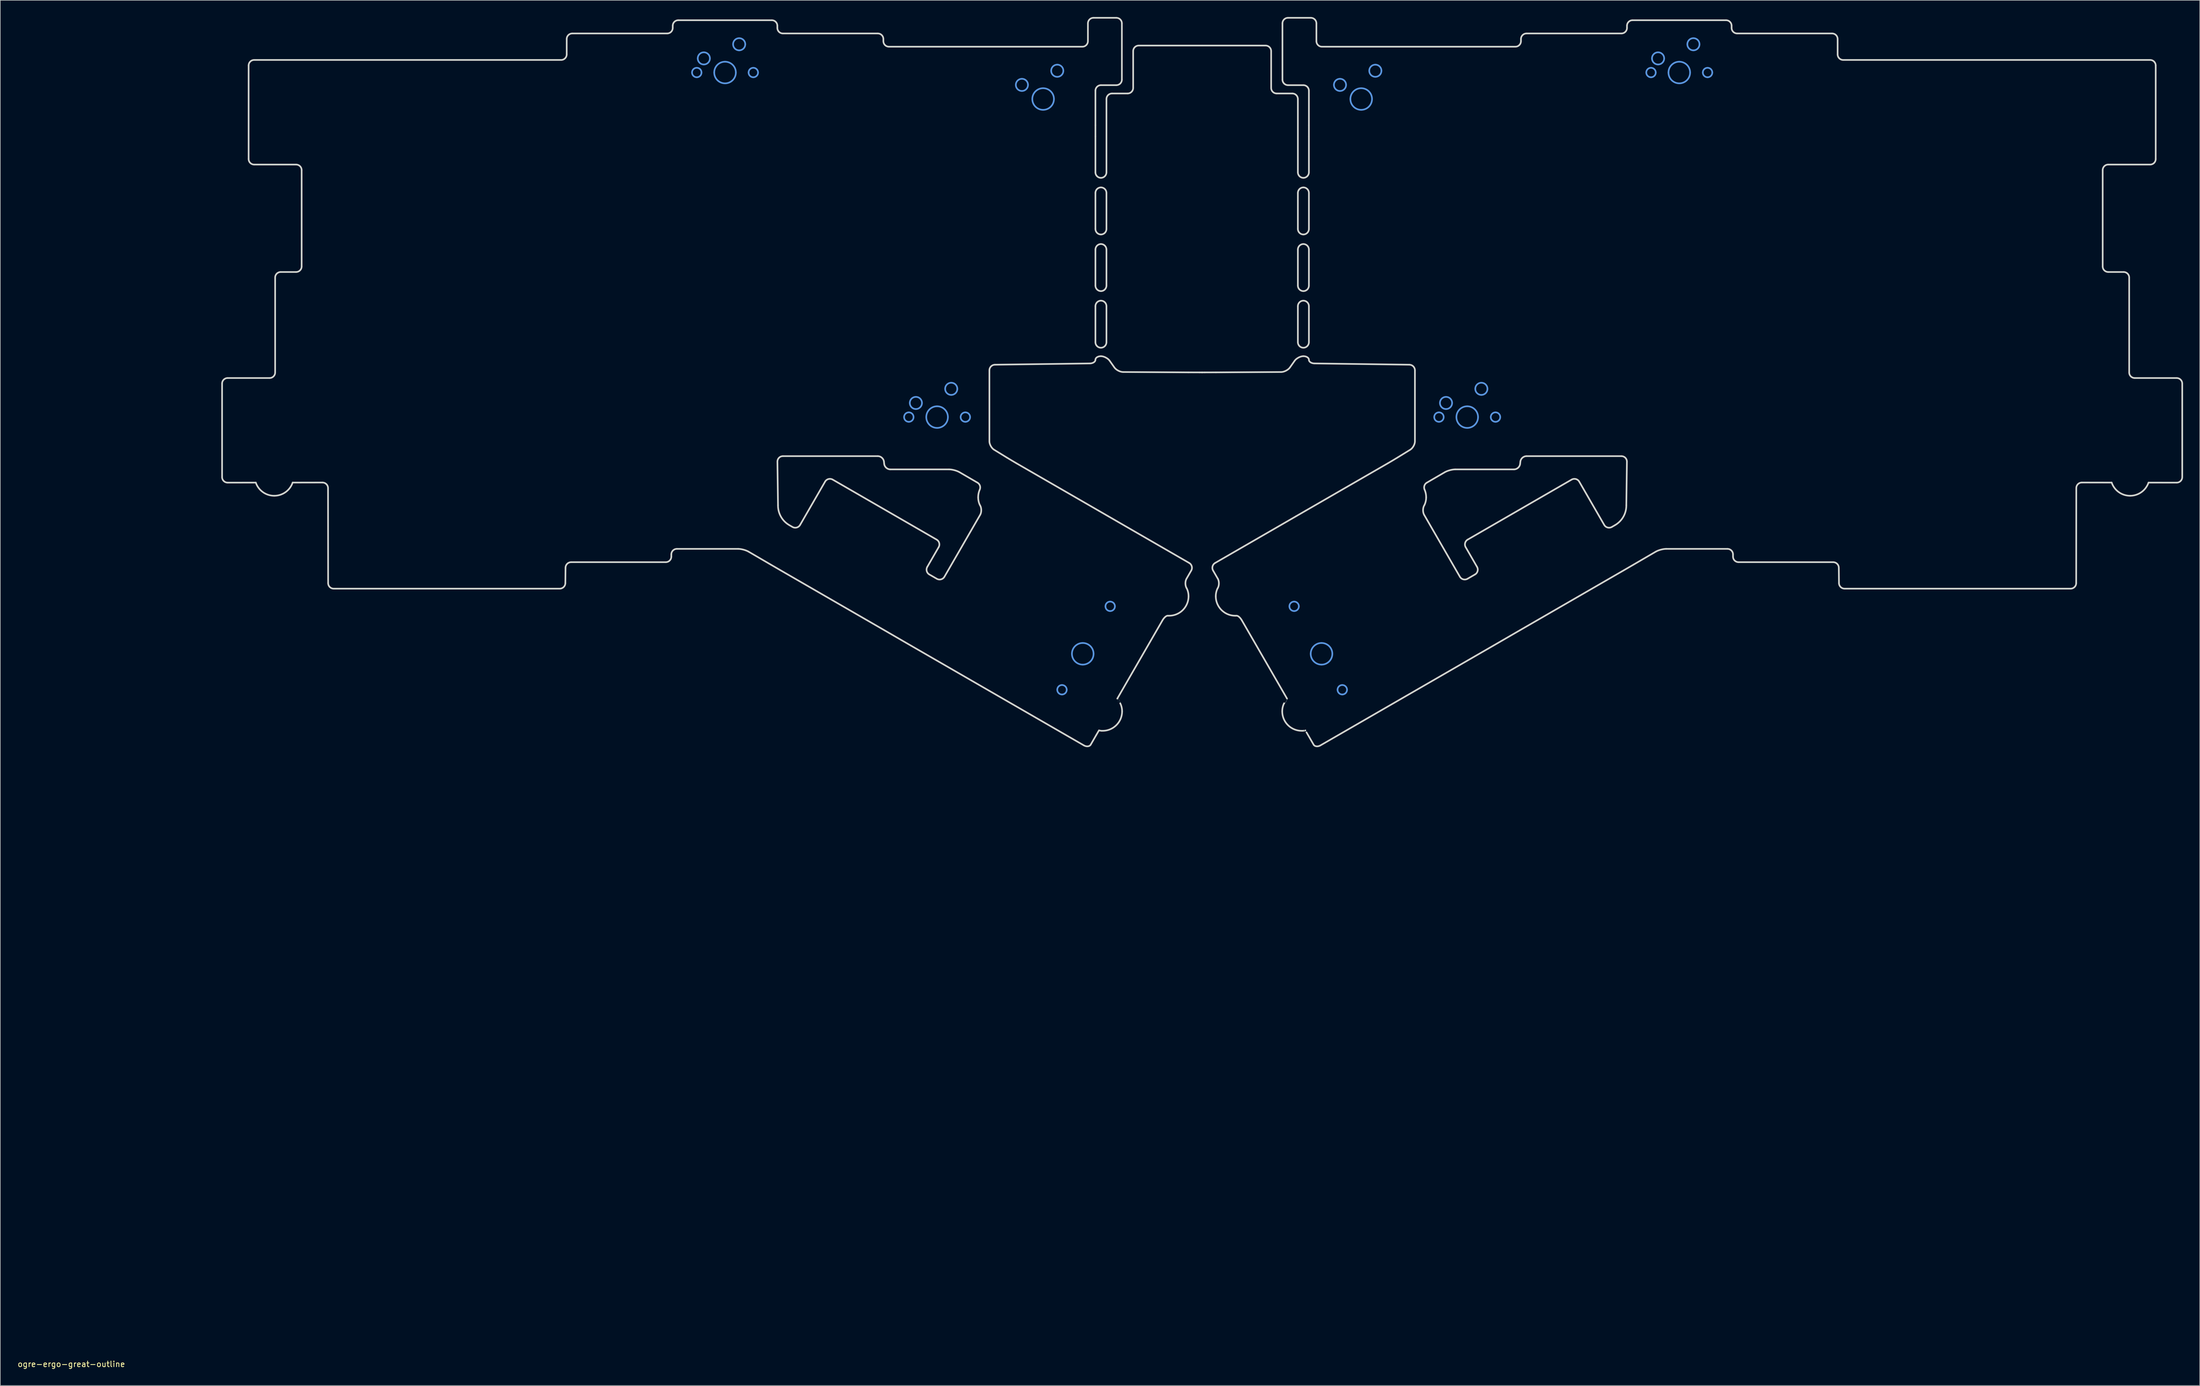
<source format=kicad_pcb>
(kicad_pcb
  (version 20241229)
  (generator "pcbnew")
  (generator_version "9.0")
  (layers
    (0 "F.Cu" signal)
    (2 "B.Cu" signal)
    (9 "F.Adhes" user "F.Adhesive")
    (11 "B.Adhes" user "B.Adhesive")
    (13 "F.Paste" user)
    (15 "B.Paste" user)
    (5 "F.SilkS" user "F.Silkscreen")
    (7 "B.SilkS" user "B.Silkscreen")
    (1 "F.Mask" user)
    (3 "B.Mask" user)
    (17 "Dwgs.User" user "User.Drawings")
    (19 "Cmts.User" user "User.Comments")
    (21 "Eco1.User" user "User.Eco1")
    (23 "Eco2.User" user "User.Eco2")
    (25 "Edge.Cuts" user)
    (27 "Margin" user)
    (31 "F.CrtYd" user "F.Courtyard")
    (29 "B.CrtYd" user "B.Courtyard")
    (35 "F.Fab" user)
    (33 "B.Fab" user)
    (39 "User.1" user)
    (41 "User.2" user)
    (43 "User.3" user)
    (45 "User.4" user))
  (footprint "ogre-ergo-great-outline"
    (layer "F.Cu")
    (at 9.768 241.552)
    (property "Reference" "ogre-ergo-great-outline" (at 0 0.5 0) (layer "F.SilkS") (effects (font (size 1 1) (thickness 0.15))))
    (attr through_hole)
    (fp_curve (pts (xy 111.52 -231.57) (xy 111.52 -232.039) (xy 111.901 -232.42) (xy 112.37 -232.42)) (stroke (width 0.3) (type solid)) (layer "Cmts.User"))
    (fp_curve (pts (xy 112.37 -232.42) (xy 112.84 -232.42) (xy 113.22 -232.039) (xy 113.22 -231.57)) (stroke (width 0.3) (type solid)) (layer "Cmts.User"))
    (fp_curve (pts (xy 112.37 -230.72) (xy 111.901 -230.72) (xy 111.52 -231.101) (xy 111.52 -231.57)) (stroke (width 0.3) (type solid)) (layer "Cmts.User"))
    (fp_curve (pts (xy 112.547 -234.11) (xy 112.547 -234.714) (xy 113.036 -235.203) (xy 113.64 -235.203)) (stroke (width 0.3) (type solid)) (layer "Cmts.User"))
    (fp_curve (pts (xy 113.22 -231.57) (xy 113.22 -231.101) (xy 112.84 -230.72) (xy 112.37 -230.72)) (stroke (width 0.3) (type solid)) (layer "Cmts.User"))
    (fp_curve (pts (xy 113.64 -235.203) (xy 114.244 -235.203) (xy 114.733 -234.714) (xy 114.733 -234.11)) (stroke (width 0.3) (type solid)) (layer "Cmts.User"))
    (fp_curve (pts (xy 113.64 -233.017) (xy 113.036 -233.017) (xy 112.547 -233.506) (xy 112.547 -234.11)) (stroke (width 0.3) (type solid)) (layer "Cmts.User"))
    (fp_curve (pts (xy 114.733 -234.11) (xy 114.733 -233.506) (xy 114.244 -233.017) (xy 113.64 -233.017)) (stroke (width 0.3) (type solid)) (layer "Cmts.User"))
    (fp_curve (pts (xy 115.506 -231.57) (xy 115.506 -232.644) (xy 116.377 -233.514) (xy 117.45 -233.514)) (stroke (width 0.3) (type solid)) (layer "Cmts.User"))
    (fp_curve (pts (xy 117.45 -233.514) (xy 118.524 -233.514) (xy 119.394 -232.644) (xy 119.394 -231.57)) (stroke (width 0.3) (type solid)) (layer "Cmts.User"))
    (fp_curve (pts (xy 117.45 -229.626) (xy 116.377 -229.626) (xy 115.506 -230.496) (xy 115.506 -231.57)) (stroke (width 0.3) (type solid)) (layer "Cmts.User"))
    (fp_curve (pts (xy 118.897 -236.65) (xy 118.897 -237.254) (xy 119.386 -237.743) (xy 119.99 -237.743)) (stroke (width 0.3) (type solid)) (layer "Cmts.User"))
    (fp_curve (pts (xy 119.394 -231.57) (xy 119.394 -230.496) (xy 118.524 -229.626) (xy 117.45 -229.626)) (stroke (width 0.3) (type solid)) (layer "Cmts.User"))
    (fp_curve (pts (xy 119.99 -237.743) (xy 120.594 -237.743) (xy 121.083 -237.254) (xy 121.083 -236.65)) (stroke (width 0.3) (type solid)) (layer "Cmts.User"))
    (fp_curve (pts (xy 119.99 -235.557) (xy 119.386 -235.557) (xy 118.897 -236.046) (xy 118.897 -236.65)) (stroke (width 0.3) (type solid)) (layer "Cmts.User"))
    (fp_curve (pts (xy 121.083 -236.65) (xy 121.083 -236.046) (xy 120.594 -235.557) (xy 119.99 -235.557)) (stroke (width 0.3) (type solid)) (layer "Cmts.User"))
    (fp_curve (pts (xy 121.68 -231.57) (xy 121.68 -232.039) (xy 122.061 -232.42) (xy 122.53 -232.42)) (stroke (width 0.3) (type solid)) (layer "Cmts.User"))
    (fp_curve (pts (xy 122.53 -232.42) (xy 123 -232.42) (xy 123.38 -232.039) (xy 123.38 -231.57)) (stroke (width 0.3) (type solid)) (layer "Cmts.User"))
    (fp_curve (pts (xy 122.53 -230.72) (xy 122.061 -230.72) (xy 121.68 -231.101) (xy 121.68 -231.57)) (stroke (width 0.3) (type solid)) (layer "Cmts.User"))
    (fp_curve (pts (xy 123.38 -231.57) (xy 123.38 -231.101) (xy 123 -230.72) (xy 122.53 -230.72)) (stroke (width 0.3) (type solid)) (layer "Cmts.User"))
    (fp_curve (pts (xy 149.62 -169.66) (xy 149.62 -170.13) (xy 150.001 -170.51) (xy 150.47 -170.51)) (stroke (width 0.3) (type solid)) (layer "Cmts.User"))
    (fp_curve (pts (xy 150.47 -170.51) (xy 150.94 -170.51) (xy 151.32 -170.13) (xy 151.32 -169.66)) (stroke (width 0.3) (type solid)) (layer "Cmts.User"))
    (fp_curve (pts (xy 150.47 -168.81) (xy 150.001 -168.81) (xy 149.62 -169.191) (xy 149.62 -169.66)) (stroke (width 0.3) (type solid)) (layer "Cmts.User"))
    (fp_curve (pts (xy 150.647 -172.2) (xy 150.647 -172.804) (xy 151.136 -173.293) (xy 151.74 -173.293)) (stroke (width 0.3) (type solid)) (layer "Cmts.User"))
    (fp_curve (pts (xy 151.32 -169.66) (xy 151.32 -169.191) (xy 150.94 -168.81) (xy 150.47 -168.81)) (stroke (width 0.3) (type solid)) (layer "Cmts.User"))
    (fp_curve (pts (xy 151.74 -173.293) (xy 152.344 -173.293) (xy 152.833 -172.804) (xy 152.833 -172.2)) (stroke (width 0.3) (type solid)) (layer "Cmts.User"))
    (fp_curve (pts (xy 151.74 -171.107) (xy 151.136 -171.107) (xy 150.647 -171.596) (xy 150.647 -172.2)) (stroke (width 0.3) (type solid)) (layer "Cmts.User"))
    (fp_curve (pts (xy 152.833 -172.2) (xy 152.833 -171.596) (xy 152.344 -171.107) (xy 151.74 -171.107)) (stroke (width 0.3) (type solid)) (layer "Cmts.User"))
    (fp_curve (pts (xy 153.606 -169.66) (xy 153.606 -170.734) (xy 154.477 -171.604) (xy 155.55 -171.604)) (stroke (width 0.3) (type solid)) (layer "Cmts.User"))
    (fp_curve (pts (xy 155.55 -171.604) (xy 156.624 -171.604) (xy 157.494 -170.734) (xy 157.494 -169.66)) (stroke (width 0.3) (type solid)) (layer "Cmts.User"))
    (fp_curve (pts (xy 155.55 -167.716) (xy 154.477 -167.716) (xy 153.606 -168.586) (xy 153.606 -169.66)) (stroke (width 0.3) (type solid)) (layer "Cmts.User"))
    (fp_curve (pts (xy 156.997 -174.74) (xy 156.997 -175.344) (xy 157.486 -175.833) (xy 158.09 -175.833)) (stroke (width 0.3) (type solid)) (layer "Cmts.User"))
    (fp_curve (pts (xy 157.494 -169.66) (xy 157.494 -168.586) (xy 156.624 -167.716) (xy 155.55 -167.716)) (stroke (width 0.3) (type solid)) (layer "Cmts.User"))
    (fp_curve (pts (xy 158.09 -175.833) (xy 158.694 -175.833) (xy 159.183 -175.344) (xy 159.183 -174.74)) (stroke (width 0.3) (type solid)) (layer "Cmts.User"))
    (fp_curve (pts (xy 158.09 -173.647) (xy 157.486 -173.647) (xy 156.997 -174.136) (xy 156.997 -174.74)) (stroke (width 0.3) (type solid)) (layer "Cmts.User"))
    (fp_curve (pts (xy 159.183 -174.74) (xy 159.183 -174.136) (xy 158.694 -173.647) (xy 158.09 -173.647)) (stroke (width 0.3) (type solid)) (layer "Cmts.User"))
    (fp_curve (pts (xy 159.78 -169.66) (xy 159.78 -170.13) (xy 160.161 -170.51) (xy 160.63 -170.51)) (stroke (width 0.3) (type solid)) (layer "Cmts.User"))
    (fp_curve (pts (xy 160.63 -170.51) (xy 161.1 -170.51) (xy 161.48 -170.13) (xy 161.48 -169.66)) (stroke (width 0.3) (type solid)) (layer "Cmts.User"))
    (fp_curve (pts (xy 160.63 -168.81) (xy 160.161 -168.81) (xy 159.78 -169.191) (xy 159.78 -169.66)) (stroke (width 0.3) (type solid)) (layer "Cmts.User"))
    (fp_curve (pts (xy 161.48 -169.66) (xy 161.48 -169.191) (xy 161.1 -168.81) (xy 160.63 -168.81)) (stroke (width 0.3) (type solid)) (layer "Cmts.User"))
    (fp_curve (pts (xy 169.697 -229.35) (xy 169.697 -229.954) (xy 170.186 -230.443) (xy 170.79 -230.443)) (stroke (width 0.3) (type solid)) (layer "Cmts.User"))
    (fp_curve (pts (xy 170.79 -230.443) (xy 171.394 -230.443) (xy 171.883 -229.954) (xy 171.883 -229.35)) (stroke (width 0.3) (type solid)) (layer "Cmts.User"))
    (fp_curve (pts (xy 170.79 -228.257) (xy 170.186 -228.257) (xy 169.697 -228.746) (xy 169.697 -229.35)) (stroke (width 0.3) (type solid)) (layer "Cmts.User"))
    (fp_curve (pts (xy 171.883 -229.35) (xy 171.883 -228.746) (xy 171.394 -228.257) (xy 170.79 -228.257)) (stroke (width 0.3) (type solid)) (layer "Cmts.User"))
    (fp_curve (pts (xy 172.656 -226.81) (xy 172.656 -227.884) (xy 173.527 -228.754) (xy 174.6 -228.754)) (stroke (width 0.3) (type solid)) (layer "Cmts.User"))
    (fp_curve (pts (xy 174.6 -228.754) (xy 175.674 -228.754) (xy 176.544 -227.884) (xy 176.544 -226.81)) (stroke (width 0.3) (type solid)) (layer "Cmts.User"))
    (fp_curve (pts (xy 174.6 -224.866) (xy 173.527 -224.866) (xy 172.656 -225.736) (xy 172.656 -226.81)) (stroke (width 0.3) (type solid)) (layer "Cmts.User"))
    (fp_curve (pts (xy 176.047 -231.89) (xy 176.047 -232.494) (xy 176.536 -232.983) (xy 177.14 -232.983)) (stroke (width 0.3) (type solid)) (layer "Cmts.User"))
    (fp_curve (pts (xy 176.544 -226.81) (xy 176.544 -225.736) (xy 175.674 -224.866) (xy 174.6 -224.866)) (stroke (width 0.3) (type solid)) (layer "Cmts.User"))
    (fp_curve (pts (xy 177.14 -120.671) (xy 177.14 -121.14) (xy 177.521 -121.521) (xy 177.99 -121.521)) (stroke (width 0.3) (type solid)) (layer "Cmts.User"))
    (fp_curve (pts (xy 177.14 -232.983) (xy 177.744 -232.983) (xy 178.233 -232.494) (xy 178.233 -231.89)) (stroke (width 0.3) (type solid)) (layer "Cmts.User"))
    (fp_curve (pts (xy 177.14 -230.797) (xy 176.536 -230.797) (xy 176.047 -231.286) (xy 176.047 -231.89)) (stroke (width 0.3) (type solid)) (layer "Cmts.User"))
    (fp_curve (pts (xy 177.99 -121.521) (xy 178.459 -121.521) (xy 178.84 -121.14) (xy 178.84 -120.671)) (stroke (width 0.3) (type solid)) (layer "Cmts.User"))
    (fp_curve (pts (xy 177.99 -119.821) (xy 177.521 -119.821) (xy 177.14 -120.201) (xy 177.14 -120.671)) (stroke (width 0.3) (type solid)) (layer "Cmts.User"))
    (fp_curve (pts (xy 178.233 -231.89) (xy 178.233 -231.286) (xy 177.744 -230.797) (xy 177.14 -230.797)) (stroke (width 0.3) (type solid)) (layer "Cmts.User"))
    (fp_curve (pts (xy 178.84 -120.671) (xy 178.84 -120.201) (xy 178.459 -119.821) (xy 177.99 -119.821)) (stroke (width 0.3) (type solid)) (layer "Cmts.User"))
    (fp_curve (pts (xy 179.776 -127.13) (xy 179.776 -128.204) (xy 180.646 -129.074) (xy 181.72 -129.074)) (stroke (width 0.3) (type solid)) (layer "Cmts.User"))
    (fp_curve (pts (xy 181.72 -129.074) (xy 182.794 -129.074) (xy 183.664 -128.204) (xy 183.664 -127.13)) (stroke (width 0.3) (type solid)) (layer "Cmts.User"))
    (fp_curve (pts (xy 181.72 -125.186) (xy 180.646 -125.186) (xy 179.776 -126.056) (xy 179.776 -127.13)) (stroke (width 0.3) (type solid)) (layer "Cmts.User"))
    (fp_curve (pts (xy 183.664 -127.13) (xy 183.664 -126.056) (xy 182.794 -125.186) (xy 181.72 -125.186)) (stroke (width 0.3) (type solid)) (layer "Cmts.User"))
    (fp_curve (pts (xy 185.8 -135.659) (xy 185.8 -136.129) (xy 186.181 -136.509) (xy 186.65 -136.509)) (stroke (width 0.3) (type solid)) (layer "Cmts.User"))
    (fp_curve (pts (xy 186.65 -136.509) (xy 187.12 -136.509) (xy 187.5 -136.129) (xy 187.5 -135.659)) (stroke (width 0.3) (type solid)) (layer "Cmts.User"))
    (fp_curve (pts (xy 186.65 -134.809) (xy 186.181 -134.809) (xy 185.8 -135.19) (xy 185.8 -135.659)) (stroke (width 0.3) (type solid)) (layer "Cmts.User"))
    (fp_curve (pts (xy 187.5 -135.659) (xy 187.5 -135.19) (xy 187.12 -134.809) (xy 186.65 -134.809)) (stroke (width 0.3) (type solid)) (layer "Cmts.User"))
    (fp_curve (pts (xy 218.85 -135.659) (xy 218.85 -136.129) (xy 219.231 -136.509) (xy 219.7 -136.509)) (stroke (width 0.3) (type solid)) (layer "Cmts.User"))
    (fp_curve (pts (xy 219.7 -136.509) (xy 220.17 -136.509) (xy 220.55 -136.129) (xy 220.55 -135.659)) (stroke (width 0.3) (type solid)) (layer "Cmts.User"))
    (fp_curve (pts (xy 219.7 -134.809) (xy 219.231 -134.809) (xy 218.85 -135.19) (xy 218.85 -135.659)) (stroke (width 0.3) (type solid)) (layer "Cmts.User"))
    (fp_curve (pts (xy 220.55 -135.659) (xy 220.55 -135.19) (xy 220.17 -134.809) (xy 219.7 -134.809)) (stroke (width 0.3) (type solid)) (layer "Cmts.User"))
    (fp_curve (pts (xy 222.676 -127.13) (xy 222.676 -128.204) (xy 223.546 -129.074) (xy 224.62 -129.074)) (stroke (width 0.3) (type solid)) (layer "Cmts.User"))
    (fp_curve (pts (xy 224.62 -129.074) (xy 225.694 -129.074) (xy 226.564 -128.204) (xy 226.564 -127.13)) (stroke (width 0.3) (type solid)) (layer "Cmts.User"))
    (fp_curve (pts (xy 224.62 -125.186) (xy 223.546 -125.186) (xy 222.676 -126.056) (xy 222.676 -127.13)) (stroke (width 0.3) (type solid)) (layer "Cmts.User"))
    (fp_curve (pts (xy 226.564 -127.13) (xy 226.564 -126.056) (xy 225.694 -125.186) (xy 224.62 -125.186)) (stroke (width 0.3) (type solid)) (layer "Cmts.User"))
    (fp_curve (pts (xy 226.847 -229.35) (xy 226.847 -229.954) (xy 227.336 -230.443) (xy 227.94 -230.443)) (stroke (width 0.3) (type solid)) (layer "Cmts.User"))
    (fp_curve (pts (xy 227.5 -120.671) (xy 227.5 -121.14) (xy 227.881 -121.521) (xy 228.35 -121.521)) (stroke (width 0.3) (type solid)) (layer "Cmts.User"))
    (fp_curve (pts (xy 227.94 -230.443) (xy 228.544 -230.443) (xy 229.033 -229.954) (xy 229.033 -229.35)) (stroke (width 0.3) (type solid)) (layer "Cmts.User"))
    (fp_curve (pts (xy 227.94 -228.257) (xy 227.336 -228.257) (xy 226.847 -228.746) (xy 226.847 -229.35)) (stroke (width 0.3) (type solid)) (layer "Cmts.User"))
    (fp_curve (pts (xy 228.35 -121.521) (xy 228.82 -121.521) (xy 229.2 -121.14) (xy 229.2 -120.671)) (stroke (width 0.3) (type solid)) (layer "Cmts.User"))
    (fp_curve (pts (xy 228.35 -119.821) (xy 227.881 -119.821) (xy 227.5 -120.201) (xy 227.5 -120.671)) (stroke (width 0.3) (type solid)) (layer "Cmts.User"))
    (fp_curve (pts (xy 229.033 -229.35) (xy 229.033 -228.746) (xy 228.544 -228.257) (xy 227.94 -228.257)) (stroke (width 0.3) (type solid)) (layer "Cmts.User"))
    (fp_curve (pts (xy 229.2 -120.671) (xy 229.2 -120.201) (xy 228.82 -119.821) (xy 228.35 -119.821)) (stroke (width 0.3) (type solid)) (layer "Cmts.User"))
    (fp_curve (pts (xy 229.806 -226.81) (xy 229.806 -227.884) (xy 230.677 -228.754) (xy 231.75 -228.754)) (stroke (width 0.3) (type solid)) (layer "Cmts.User"))
    (fp_curve (pts (xy 231.75 -228.754) (xy 232.824 -228.754) (xy 233.694 -227.884) (xy 233.694 -226.81)) (stroke (width 0.3) (type solid)) (layer "Cmts.User"))
    (fp_curve (pts (xy 231.75 -224.866) (xy 230.677 -224.866) (xy 229.806 -225.736) (xy 229.806 -226.81)) (stroke (width 0.3) (type solid)) (layer "Cmts.User"))
    (fp_curve (pts (xy 233.197 -231.89) (xy 233.197 -232.494) (xy 233.686 -232.983) (xy 234.29 -232.983)) (stroke (width 0.3) (type solid)) (layer "Cmts.User"))
    (fp_curve (pts (xy 233.694 -226.81) (xy 233.694 -225.736) (xy 232.824 -224.866) (xy 231.75 -224.866)) (stroke (width 0.3) (type solid)) (layer "Cmts.User"))
    (fp_curve (pts (xy 234.29 -232.983) (xy 234.894 -232.983) (xy 235.383 -232.494) (xy 235.383 -231.89)) (stroke (width 0.3) (type solid)) (layer "Cmts.User"))
    (fp_curve (pts (xy 234.29 -230.797) (xy 233.686 -230.797) (xy 233.197 -231.286) (xy 233.197 -231.89)) (stroke (width 0.3) (type solid)) (layer "Cmts.User"))
    (fp_curve (pts (xy 235.383 -231.89) (xy 235.383 -231.286) (xy 234.894 -230.797) (xy 234.29 -230.797)) (stroke (width 0.3) (type solid)) (layer "Cmts.User"))
    (fp_curve (pts (xy 244.87 -169.66) (xy 244.87 -170.13) (xy 245.251 -170.51) (xy 245.72 -170.51)) (stroke (width 0.3) (type solid)) (layer "Cmts.User"))
    (fp_curve (pts (xy 245.72 -170.51) (xy 246.19 -170.51) (xy 246.57 -170.13) (xy 246.57 -169.66)) (stroke (width 0.3) (type solid)) (layer "Cmts.User"))
    (fp_curve (pts (xy 245.72 -168.81) (xy 245.251 -168.81) (xy 244.87 -169.191) (xy 244.87 -169.66)) (stroke (width 0.3) (type solid)) (layer "Cmts.User"))
    (fp_curve (pts (xy 245.897 -172.2) (xy 245.897 -172.804) (xy 246.386 -173.293) (xy 246.99 -173.293)) (stroke (width 0.3) (type solid)) (layer "Cmts.User"))
    (fp_curve (pts (xy 246.57 -169.66) (xy 246.57 -169.191) (xy 246.19 -168.81) (xy 245.72 -168.81)) (stroke (width 0.3) (type solid)) (layer "Cmts.User"))
    (fp_curve (pts (xy 246.99 -173.293) (xy 247.594 -173.293) (xy 248.083 -172.804) (xy 248.083 -172.2)) (stroke (width 0.3) (type solid)) (layer "Cmts.User"))
    (fp_curve (pts (xy 246.99 -171.107) (xy 246.386 -171.107) (xy 245.897 -171.596) (xy 245.897 -172.2)) (stroke (width 0.3) (type solid)) (layer "Cmts.User"))
    (fp_curve (pts (xy 248.083 -172.2) (xy 248.083 -171.596) (xy 247.594 -171.107) (xy 246.99 -171.107)) (stroke (width 0.3) (type solid)) (layer "Cmts.User"))
    (fp_curve (pts (xy 248.856 -169.66) (xy 248.856 -170.734) (xy 249.727 -171.604) (xy 250.8 -171.604)) (stroke (width 0.3) (type solid)) (layer "Cmts.User"))
    (fp_curve (pts (xy 250.8 -171.604) (xy 251.874 -171.604) (xy 252.744 -170.734) (xy 252.744 -169.66)) (stroke (width 0.3) (type solid)) (layer "Cmts.User"))
    (fp_curve (pts (xy 250.8 -167.716) (xy 249.727 -167.716) (xy 248.856 -168.586) (xy 248.856 -169.66)) (stroke (width 0.3) (type solid)) (layer "Cmts.User"))
    (fp_curve (pts (xy 252.247 -174.74) (xy 252.247 -175.344) (xy 252.736 -175.833) (xy 253.34 -175.833)) (stroke (width 0.3) (type solid)) (layer "Cmts.User"))
    (fp_curve (pts (xy 252.744 -169.66) (xy 252.744 -168.586) (xy 251.874 -167.716) (xy 250.8 -167.716)) (stroke (width 0.3) (type solid)) (layer "Cmts.User"))
    (fp_curve (pts (xy 253.34 -175.833) (xy 253.944 -175.833) (xy 254.433 -175.344) (xy 254.433 -174.74)) (stroke (width 0.3) (type solid)) (layer "Cmts.User"))
    (fp_curve (pts (xy 253.34 -173.647) (xy 252.736 -173.647) (xy 252.247 -174.136) (xy 252.247 -174.74)) (stroke (width 0.3) (type solid)) (layer "Cmts.User"))
    (fp_curve (pts (xy 254.433 -174.74) (xy 254.433 -174.136) (xy 253.944 -173.647) (xy 253.34 -173.647)) (stroke (width 0.3) (type solid)) (layer "Cmts.User"))
    (fp_curve (pts (xy 255.03 -169.66) (xy 255.03 -170.13) (xy 255.41 -170.51) (xy 255.88 -170.51)) (stroke (width 0.3) (type solid)) (layer "Cmts.User"))
    (fp_curve (pts (xy 255.88 -170.51) (xy 256.349 -170.51) (xy 256.73 -170.13) (xy 256.73 -169.66)) (stroke (width 0.3) (type solid)) (layer "Cmts.User"))
    (fp_curve (pts (xy 255.88 -168.81) (xy 255.41 -168.81) (xy 255.03 -169.191) (xy 255.03 -169.66)) (stroke (width 0.3) (type solid)) (layer "Cmts.User"))
    (fp_curve (pts (xy 256.73 -169.66) (xy 256.73 -169.191) (xy 256.349 -168.81) (xy 255.88 -168.81)) (stroke (width 0.3) (type solid)) (layer "Cmts.User"))
    (fp_curve (pts (xy 282.97 -231.57) (xy 282.97 -232.039) (xy 283.35 -232.42) (xy 283.82 -232.42)) (stroke (width 0.3) (type solid)) (layer "Cmts.User"))
    (fp_curve (pts (xy 283.82 -232.42) (xy 284.289 -232.42) (xy 284.67 -232.039) (xy 284.67 -231.57)) (stroke (width 0.3) (type solid)) (layer "Cmts.User"))
    (fp_curve (pts (xy 283.82 -230.72) (xy 283.35 -230.72) (xy 282.97 -231.101) (xy 282.97 -231.57)) (stroke (width 0.3) (type solid)) (layer "Cmts.User"))
    (fp_curve (pts (xy 283.997 -234.11) (xy 283.997 -234.714) (xy 284.486 -235.203) (xy 285.09 -235.203)) (stroke (width 0.3) (type solid)) (layer "Cmts.User"))
    (fp_curve (pts (xy 284.67 -231.57) (xy 284.67 -231.101) (xy 284.289 -230.72) (xy 283.82 -230.72)) (stroke (width 0.3) (type solid)) (layer "Cmts.User"))
    (fp_curve (pts (xy 285.09 -235.203) (xy 285.693 -235.203) (xy 286.183 -234.714) (xy 286.183 -234.11)) (stroke (width 0.3) (type solid)) (layer "Cmts.User"))
    (fp_curve (pts (xy 285.09 -233.017) (xy 284.486 -233.017) (xy 283.997 -233.506) (xy 283.997 -234.11)) (stroke (width 0.3) (type solid)) (layer "Cmts.User"))
    (fp_curve (pts (xy 286.183 -234.11) (xy 286.183 -233.506) (xy 285.693 -233.017) (xy 285.09 -233.017)) (stroke (width 0.3) (type solid)) (layer "Cmts.User"))
    (fp_curve (pts (xy 286.956 -231.57) (xy 286.956 -232.644) (xy 287.826 -233.514) (xy 288.9 -233.514)) (stroke (width 0.3) (type solid)) (layer "Cmts.User"))
    (fp_curve (pts (xy 288.9 -233.514) (xy 289.973 -233.514) (xy 290.843 -232.644) (xy 290.843 -231.57)) (stroke (width 0.3) (type solid)) (layer "Cmts.User"))
    (fp_curve (pts (xy 288.9 -229.626) (xy 287.826 -229.626) (xy 286.956 -230.496) (xy 286.956 -231.57)) (stroke (width 0.3) (type solid)) (layer "Cmts.User"))
    (fp_curve (pts (xy 290.347 -236.65) (xy 290.347 -237.254) (xy 290.836 -237.743) (xy 291.44 -237.743)) (stroke (width 0.3) (type solid)) (layer "Cmts.User"))
    (fp_curve (pts (xy 290.843 -231.57) (xy 290.843 -230.496) (xy 289.973 -229.626) (xy 288.9 -229.626)) (stroke (width 0.3) (type solid)) (layer "Cmts.User"))
    (fp_curve (pts (xy 291.44 -237.743) (xy 292.043 -237.743) (xy 292.533 -237.254) (xy 292.533 -236.65)) (stroke (width 0.3) (type solid)) (layer "Cmts.User"))
    (fp_curve (pts (xy 291.44 -235.557) (xy 290.836 -235.557) (xy 290.347 -236.046) (xy 290.347 -236.65)) (stroke (width 0.3) (type solid)) (layer "Cmts.User"))
    (fp_curve (pts (xy 292.533 -236.65) (xy 292.533 -236.046) (xy 292.043 -235.557) (xy 291.44 -235.557)) (stroke (width 0.3) (type solid)) (layer "Cmts.User"))
    (fp_curve (pts (xy 293.13 -231.57) (xy 293.13 -232.039) (xy 293.51 -232.42) (xy 293.98 -232.42)) (stroke (width 0.3) (type solid)) (layer "Cmts.User"))
    (fp_curve (pts (xy 293.98 -232.42) (xy 294.449 -232.42) (xy 294.83 -232.039) (xy 294.83 -231.57)) (stroke (width 0.3) (type solid)) (layer "Cmts.User"))
    (fp_curve (pts (xy 293.98 -230.72) (xy 293.51 -230.72) (xy 293.13 -231.101) (xy 293.13 -231.57)) (stroke (width 0.3) (type solid)) (layer "Cmts.User"))
    (fp_curve (pts (xy 294.83 -231.57) (xy 294.83 -231.101) (xy 294.449 -230.72) (xy 293.98 -230.72)) (stroke (width 0.3) (type solid)) (layer "Cmts.User"))
    (fp_line (start 203.094 -177.684) (end 203.094 -177.684) (stroke (width 0.3) (type solid)) (layer "Edge.Cuts"))
    (fp_line (start 203.256 -177.684) (end 203.256 -177.684) (stroke (width 0.3) (type solid)) (layer "Edge.Cuts"))
    (fp_curve (pts (xy 27.084 -175.68) (xy 27.084 -175.68) (xy 27.084 -158.884) (xy 27.084 -158.884)) (stroke (width 0.3) (type solid)) (layer "Edge.Cuts"))
    (fp_curve (pts (xy 27.084 -158.884) (xy 27.084 -158.334) (xy 27.534 -157.884) (xy 28.084 -157.885)) (stroke (width 0.3) (type solid)) (layer "Edge.Cuts"))
    (fp_curve (pts (xy 28.084 -157.885) (xy 28.084 -157.885) (xy 33.143 -157.89) (xy 33.143 -157.89)) (stroke (width 0.3) (type solid)) (layer "Edge.Cuts"))
    (fp_curve (pts (xy 28.084 -176.68) (xy 27.534 -176.68) (xy 27.084 -176.23) (xy 27.084 -175.68)) (stroke (width 0.3) (type solid)) (layer "Edge.Cuts"))
    (fp_curve (pts (xy 31.852 -232.83) (xy 31.852 -232.83) (xy 31.852 -216.034) (xy 31.852 -216.034)) (stroke (width 0.3) (type solid)) (layer "Edge.Cuts"))
    (fp_curve (pts (xy 31.852 -216.034) (xy 31.852 -215.484) (xy 32.302 -215.034) (xy 32.852 -215.034)) (stroke (width 0.3) (type solid)) (layer "Edge.Cuts"))
    (fp_curve (pts (xy 32.852 -233.83) (xy 32.302 -233.83) (xy 31.852 -233.38) (xy 31.852 -232.83)) (stroke (width 0.3) (type solid)) (layer "Edge.Cuts"))
    (fp_curve (pts (xy 32.852 -215.034) (xy 32.852 -215.034) (xy 40.379 -215.034) (xy 40.379 -215.034)) (stroke (width 0.3) (type solid)) (layer "Edge.Cuts"))
    (fp_curve (pts (xy 35.617 -176.68) (xy 35.617 -176.68) (xy 28.084 -176.68) (xy 28.084 -176.68)) (stroke (width 0.3) (type solid)) (layer "Edge.Cuts"))
    (fp_curve (pts (xy 36.452 -155.525) (xy 34.917 -155.525) (xy 33.612 -156.514) (xy 33.14 -157.889)) (stroke (width 0.3) (type solid)) (layer "Edge.Cuts"))
    (fp_curve (pts (xy 36.617 -194.73) (xy 36.617 -194.73) (xy 36.617 -177.68) (xy 36.617 -177.68)) (stroke (width 0.3) (type solid)) (layer "Edge.Cuts"))
    (fp_curve (pts (xy 36.617 -177.68) (xy 36.617 -177.13) (xy 36.167 -176.68) (xy 35.617 -176.68)) (stroke (width 0.3) (type solid)) (layer "Edge.Cuts"))
    (fp_curve (pts (xy 37.617 -195.73) (xy 37.067 -195.73) (xy 36.617 -195.28) (xy 36.617 -194.73)) (stroke (width 0.3) (type solid)) (layer "Edge.Cuts"))
    (fp_curve (pts (xy 39.766 -157.896) (xy 39.296 -156.517) (xy 37.99 -155.525) (xy 36.452 -155.525)) (stroke (width 0.3) (type solid)) (layer "Edge.Cuts"))
    (fp_curve (pts (xy 40.379 -215.034) (xy 40.929 -215.034) (xy 41.379 -214.584) (xy 41.379 -214.034)) (stroke (width 0.3) (type solid)) (layer "Edge.Cuts"))
    (fp_curve (pts (xy 40.379 -195.73) (xy 40.379 -195.73) (xy 37.617 -195.73) (xy 37.617 -195.73)) (stroke (width 0.3) (type solid)) (layer "Edge.Cuts"))
    (fp_curve (pts (xy 41.379 -214.034) (xy 41.379 -214.034) (xy 41.379 -196.73) (xy 41.379 -196.73)) (stroke (width 0.3) (type solid)) (layer "Edge.Cuts"))
    (fp_curve (pts (xy 41.379 -196.73) (xy 41.379 -196.18) (xy 40.929 -195.73) (xy 40.379 -195.73)) (stroke (width 0.3) (type solid)) (layer "Edge.Cuts"))
    (fp_curve (pts (xy 45.119 -157.903) (xy 45.119 -157.903) (xy 39.763 -157.897) (xy 39.763 -157.897)) (stroke (width 0.3) (type solid)) (layer "Edge.Cuts"))
    (fp_curve (pts (xy 46.12 -156.904) (xy 46.119 -157.454) (xy 45.669 -157.904) (xy 45.119 -157.903)) (stroke (width 0.3) (type solid)) (layer "Edge.Cuts"))
    (fp_curve (pts (xy 46.138 -139.834) (xy 46.138 -139.834) (xy 46.12 -156.904) (xy 46.12 -156.904)) (stroke (width 0.3) (type solid)) (layer "Edge.Cuts"))
    (fp_curve (pts (xy 47.139 -138.834) (xy 46.589 -138.834) (xy 46.139 -139.284) (xy 46.138 -139.834)) (stroke (width 0.3) (type solid)) (layer "Edge.Cuts"))
    (fp_curve (pts (xy 87.748 -138.834) (xy 87.748 -138.834) (xy 47.139 -138.834) (xy 47.139 -138.834)) (stroke (width 0.3) (type solid)) (layer "Edge.Cuts"))
    (fp_curve (pts (xy 88.002 -233.83) (xy 88.002 -233.83) (xy 32.852 -233.83) (xy 32.852 -233.83)) (stroke (width 0.3) (type solid)) (layer "Edge.Cuts"))
    (fp_curve (pts (xy 88.759 -139.834) (xy 88.753 -139.284) (xy 88.298 -138.834) (xy 87.748 -138.834)) (stroke (width 0.3) (type solid)) (layer "Edge.Cuts"))
    (fp_curve (pts (xy 88.789 -142.594) (xy 88.789 -142.594) (xy 88.759 -139.834) (xy 88.759 -139.834)) (stroke (width 0.3) (type solid)) (layer "Edge.Cuts"))
    (fp_curve (pts (xy 89.002 -237.59) (xy 89.002 -237.59) (xy 89.002 -234.83) (xy 89.002 -234.83)) (stroke (width 0.3) (type solid)) (layer "Edge.Cuts"))
    (fp_curve (pts (xy 89.002 -234.83) (xy 89.002 -234.28) (xy 88.552 -233.83) (xy 88.002 -233.83)) (stroke (width 0.3) (type solid)) (layer "Edge.Cuts"))
    (fp_curve (pts (xy 89.801 -143.594) (xy 89.251 -143.594) (xy 88.796 -143.144) (xy 88.789 -142.594)) (stroke (width 0.3) (type solid)) (layer "Edge.Cuts"))
    (fp_curve (pts (xy 90.002 -238.59) (xy 89.452 -238.59) (xy 89.002 -238.14) (xy 89.002 -237.59)) (stroke (width 0.3) (type solid)) (layer "Edge.Cuts"))
    (fp_curve (pts (xy 106.798 -143.594) (xy 106.798 -143.594) (xy 89.801 -143.594) (xy 89.801 -143.594)) (stroke (width 0.3) (type solid)) (layer "Edge.Cuts"))
    (fp_curve (pts (xy 107.052 -238.59) (xy 107.052 -238.59) (xy 90.002 -238.59) (xy 90.002 -238.59)) (stroke (width 0.3) (type solid)) (layer "Edge.Cuts"))
    (fp_curve (pts (xy 107.798 -144.984) (xy 107.798 -144.984) (xy 107.798 -144.594) (xy 107.798 -144.594)) (stroke (width 0.3) (type solid)) (layer "Edge.Cuts"))
    (fp_curve (pts (xy 107.798 -144.594) (xy 107.798 -144.044) (xy 107.348 -143.594) (xy 106.798 -143.594)) (stroke (width 0.3) (type solid)) (layer "Edge.Cuts"))
    (fp_curve (pts (xy 108.052 -239.97) (xy 108.052 -239.97) (xy 108.052 -239.59) (xy 108.052 -239.59)) (stroke (width 0.3) (type solid)) (layer "Edge.Cuts"))
    (fp_curve (pts (xy 108.052 -239.59) (xy 108.052 -239.04) (xy 107.602 -238.59) (xy 107.052 -238.59)) (stroke (width 0.3) (type solid)) (layer "Edge.Cuts"))
    (fp_curve (pts (xy 108.798 -145.984) (xy 108.248 -145.984) (xy 107.798 -145.534) (xy 107.798 -144.984)) (stroke (width 0.3) (type solid)) (layer "Edge.Cuts"))
    (fp_curve (pts (xy 109.052 -240.97) (xy 108.502 -240.97) (xy 108.052 -240.52) (xy 108.052 -239.97)) (stroke (width 0.3) (type solid)) (layer "Edge.Cuts"))
    (fp_curve (pts (xy 119.815 -145.984) (xy 119.815 -145.984) (xy 108.798 -145.984) (xy 108.798 -145.984)) (stroke (width 0.3) (type solid)) (layer "Edge.Cuts"))
    (fp_curve (pts (xy 121.679 -145.48) (xy 121.204 -145.757) (xy 120.365 -145.984) (xy 119.815 -145.984)) (stroke (width 0.3) (type solid)) (layer "Edge.Cuts"))
    (fp_curve (pts (xy 125.664 -143.155) (xy 125.664 -143.155) (xy 121.679 -145.48) (xy 121.679 -145.48)) (stroke (width 0.3) (type solid)) (layer "Edge.Cuts"))
    (fp_curve (pts (xy 125.848 -240.97) (xy 125.848 -240.97) (xy 109.052 -240.97) (xy 109.052 -240.97)) (stroke (width 0.3) (type solid)) (layer "Edge.Cuts"))
    (fp_curve (pts (xy 126.848 -239.97) (xy 126.848 -240.52) (xy 126.398 -240.97) (xy 125.848 -240.97)) (stroke (width 0.3) (type solid)) (layer "Edge.Cuts"))
    (fp_curve (pts (xy 126.848 -239.59) (xy 126.848 -239.59) (xy 126.848 -239.97) (xy 126.848 -239.97)) (stroke (width 0.3) (type solid)) (layer "Edge.Cuts"))
    (fp_curve (pts (xy 126.861 -161.644) (xy 126.854 -162.194) (xy 127.298 -162.644) (xy 127.848 -162.644)) (stroke (width 0.3) (type solid)) (layer "Edge.Cuts"))
    (fp_curve (pts (xy 126.967 -153.828) (xy 126.967 -153.828) (xy 126.861 -161.644) (xy 126.861 -161.644)) (stroke (width 0.3) (type solid)) (layer "Edge.Cuts"))
    (fp_curve (pts (xy 127.394 -142.151) (xy 126.917 -142.426) (xy 126.139 -142.878) (xy 125.664 -143.155)) (stroke (width 0.3) (type solid)) (layer "Edge.Cuts"))
    (fp_curve (pts (xy 127.848 -238.59) (xy 127.298 -238.59) (xy 126.848 -239.04) (xy 126.848 -239.59)) (stroke (width 0.3) (type solid)) (layer "Edge.Cuts"))
    (fp_curve (pts (xy 127.848 -162.644) (xy 127.848 -162.644) (xy 144.898 -162.644) (xy 144.898 -162.644)) (stroke (width 0.3) (type solid)) (layer "Edge.Cuts"))
    (fp_curve (pts (xy 128.999 -150.246) (xy 127.722 -150.983) (xy 126.945 -152.354) (xy 126.967 -153.828)) (stroke (width 0.3) (type solid)) (layer "Edge.Cuts"))
    (fp_curve (pts (xy 129.568 -149.918) (xy 129.568 -149.918) (xy 128.999 -150.246) (xy 128.999 -150.246)) (stroke (width 0.3) (type solid)) (layer "Edge.Cuts"))
    (fp_curve (pts (xy 130.934 -150.284) (xy 130.659 -149.807) (xy 130.044 -149.643) (xy 129.568 -149.918)) (stroke (width 0.3) (type solid)) (layer "Edge.Cuts"))
    (fp_curve (pts (xy 135.426 -158.064) (xy 135.426 -158.064) (xy 130.934 -150.284) (xy 130.934 -150.284)) (stroke (width 0.3) (type solid)) (layer "Edge.Cuts"))
    (fp_curve (pts (xy 136.792 -158.43) (xy 136.315 -158.705) (xy 135.701 -158.541) (xy 135.426 -158.064)) (stroke (width 0.3) (type solid)) (layer "Edge.Cuts"))
    (fp_curve (pts (xy 144.898 -238.59) (xy 144.898 -238.59) (xy 127.848 -238.59) (xy 127.848 -238.59)) (stroke (width 0.3) (type solid)) (layer "Edge.Cuts"))
    (fp_curve (pts (xy 144.898 -162.644) (xy 145.448 -162.644) (xy 145.945 -162.196) (xy 146.004 -161.649)) (stroke (width 0.3) (type solid)) (layer "Edge.Cuts"))
    (fp_curve (pts (xy 145.898 -237.59) (xy 145.898 -238.14) (xy 145.448 -238.59) (xy 144.898 -238.59)) (stroke (width 0.3) (type solid)) (layer "Edge.Cuts"))
    (fp_curve (pts (xy 145.898 -237.21) (xy 145.898 -237.21) (xy 145.898 -237.59) (xy 145.898 -237.59)) (stroke (width 0.3) (type solid)) (layer "Edge.Cuts"))
    (fp_curve (pts (xy 146.004 -161.649) (xy 146.004 -161.649) (xy 146.045 -161.258) (xy 146.045 -161.258)) (stroke (width 0.3) (type solid)) (layer "Edge.Cuts"))
    (fp_curve (pts (xy 146.045 -161.258) (xy 146.104 -160.711) (xy 146.602 -160.264) (xy 147.152 -160.264)) (stroke (width 0.3) (type solid)) (layer "Edge.Cuts"))
    (fp_curve (pts (xy 146.065 -131.371) (xy 146.065 -131.371) (xy 127.394 -142.151) (xy 127.394 -142.151)) (stroke (width 0.3) (type solid)) (layer "Edge.Cuts"))
    (fp_curve (pts (xy 146.898 -236.21) (xy 146.348 -236.21) (xy 145.898 -236.66) (xy 145.898 -237.21)) (stroke (width 0.3) (type solid)) (layer "Edge.Cuts"))
    (fp_curve (pts (xy 147.152 -160.264) (xy 147.152 -160.264) (xy 157.708 -160.264) (xy 157.708 -160.264)) (stroke (width 0.3) (type solid)) (layer "Edge.Cuts"))
    (fp_curve (pts (xy 147.797 -130.369) (xy 147.321 -130.645) (xy 146.542 -131.096) (xy 146.065 -131.371)) (stroke (width 0.3) (type solid)) (layer "Edge.Cuts"))
    (fp_curve (pts (xy 149.142 -129.589) (xy 149.142 -129.589) (xy 147.797 -130.369) (xy 147.797 -130.369)) (stroke (width 0.3) (type solid)) (layer "Edge.Cuts"))
    (fp_curve (pts (xy 150.873 -128.588) (xy 150.397 -128.863) (xy 149.618 -129.314) (xy 149.142 -129.589)) (stroke (width 0.3) (type solid)) (layer "Edge.Cuts"))
    (fp_curve (pts (xy 153.789 -142.75) (xy 153.789 -142.75) (xy 155.829 -146.284) (xy 155.829 -146.284)) (stroke (width 0.3) (type solid)) (layer "Edge.Cuts"))
    (fp_curve (pts (xy 154.155 -141.384) (xy 153.679 -141.659) (xy 153.514 -142.274) (xy 153.789 -142.75)) (stroke (width 0.3) (type solid)) (layer "Edge.Cuts"))
    (fp_curve (pts (xy 155.463 -147.65) (xy 155.463 -147.65) (xy 136.792 -158.43) (xy 136.792 -158.43)) (stroke (width 0.3) (type solid)) (layer "Edge.Cuts"))
    (fp_curve (pts (xy 155.502 -140.607) (xy 155.502 -140.607) (xy 154.155 -141.384) (xy 154.155 -141.384)) (stroke (width 0.3) (type solid)) (layer "Edge.Cuts"))
    (fp_curve (pts (xy 155.829 -146.284) (xy 156.104 -146.76) (xy 155.94 -147.375) (xy 155.463 -147.65)) (stroke (width 0.3) (type solid)) (layer "Edge.Cuts"))
    (fp_curve (pts (xy 156.868 -140.973) (xy 156.593 -140.496) (xy 155.978 -140.332) (xy 155.502 -140.607)) (stroke (width 0.3) (type solid)) (layer "Edge.Cuts"))
    (fp_curve (pts (xy 157.708 -160.264) (xy 158.258 -160.264) (xy 159.097 -160.038) (xy 159.572 -159.761)) (stroke (width 0.3) (type solid)) (layer "Edge.Cuts"))
    (fp_curve (pts (xy 159.572 -159.761) (xy 159.572 -159.761) (xy 162.802 -157.883) (xy 162.802 -157.883)) (stroke (width 0.3) (type solid)) (layer "Edge.Cuts"))
    (fp_curve (pts (xy 162.802 -157.883) (xy 163.237 -157.629) (xy 163.413 -157.091) (xy 163.213 -156.628)) (stroke (width 0.3) (type solid)) (layer "Edge.Cuts"))
    (fp_curve (pts (xy 162.93 -155.246) (xy 162.93 -154.37) (xy 163.267 -153.811) (xy 163.267 -153.811)) (stroke (width 0.3) (type solid)) (layer "Edge.Cuts"))
    (fp_curve (pts (xy 163.213 -156.628) (xy 163.031 -156.204) (xy 162.93 -155.737) (xy 162.93 -155.246)) (stroke (width 0.3) (type solid)) (layer "Edge.Cuts"))
    (fp_curve (pts (xy 163.267 -153.811) (xy 163.551 -153.341) (xy 163.559 -152.566) (xy 163.284 -152.089)) (stroke (width 0.3) (type solid)) (layer "Edge.Cuts"))
    (fp_curve (pts (xy 163.284 -152.089) (xy 163.284 -152.089) (xy 156.868 -140.973) (xy 156.868 -140.973)) (stroke (width 0.3) (type solid)) (layer "Edge.Cuts"))
    (fp_curve (pts (xy 164.948 -178.06) (xy 164.948 -178.06) (xy 164.948 -165.315) (xy 164.948 -165.315)) (stroke (width 0.3) (type solid)) (layer "Edge.Cuts"))
    (fp_curve (pts (xy 164.948 -165.315) (xy 164.948 -164.765) (xy 165.331 -164.079) (xy 165.8 -163.792)) (stroke (width 0.3) (type solid)) (layer "Edge.Cuts"))
    (fp_curve (pts (xy 165.8 -163.792) (xy 165.8 -163.792) (xy 168.078 -162.392) (xy 168.078 -162.392)) (stroke (width 0.3) (type solid)) (layer "Edge.Cuts"))
    (fp_curve (pts (xy 165.948 -179.073) (xy 165.398 -179.066) (xy 164.948 -178.61) (xy 164.948 -178.06)) (stroke (width 0.3) (type solid)) (layer "Edge.Cuts"))
    (fp_curve (pts (xy 168.078 -162.392) (xy 168.547 -162.105) (xy 169.32 -161.644) (xy 169.796 -161.369)) (stroke (width 0.3) (type solid)) (layer "Edge.Cuts"))
    (fp_curve (pts (xy 169.796 -161.369) (xy 169.796 -161.369) (xy 184.564 -152.849) (xy 184.564 -152.849)) (stroke (width 0.3) (type solid)) (layer "Edge.Cuts"))
    (fp_curve (pts (xy 181.649 -236.21) (xy 181.649 -236.21) (xy 146.898 -236.21) (xy 146.898 -236.21)) (stroke (width 0.3) (type solid)) (layer "Edge.Cuts"))
    (fp_curve (pts (xy 181.92 -110.675) (xy 181.92 -110.675) (xy 150.873 -128.588) (xy 150.873 -128.588)) (stroke (width 0.3) (type solid)) (layer "Edge.Cuts"))
    (fp_curve (pts (xy 182.649 -240.402) (xy 182.649 -240.402) (xy 182.649 -237.21) (xy 182.649 -237.21)) (stroke (width 0.3) (type solid)) (layer "Edge.Cuts"))
    (fp_curve (pts (xy 182.649 -237.21) (xy 182.649 -236.66) (xy 182.199 -236.21) (xy 181.649 -236.21)) (stroke (width 0.3) (type solid)) (layer "Edge.Cuts"))
    (fp_curve (pts (xy 182.998 -179.301) (xy 182.998 -179.301) (xy 165.948 -179.073) (xy 165.948 -179.073)) (stroke (width 0.3) (type solid)) (layer "Edge.Cuts"))
    (fp_curve (pts (xy 183.151 -110.807) (xy 182.95 -110.459) (xy 182.396 -110.4) (xy 181.92 -110.675)) (stroke (width 0.3) (type solid)) (layer "Edge.Cuts"))
    (fp_curve (pts (xy 183.649 -241.402) (xy 183.099 -241.402) (xy 182.649 -240.952) (xy 182.649 -240.402)) (stroke (width 0.3) (type solid)) (layer "Edge.Cuts"))
    (fp_curve (pts (xy 183.998 -228.301) (xy 183.998 -228.851) (xy 184.448 -229.301) (xy 184.998 -229.301)) (stroke (width 0.3) (type solid)) (layer "Edge.Cuts"))
    (fp_curve (pts (xy 183.998 -222.103) (xy 183.998 -222.103) (xy 183.998 -228.301) (xy 183.998 -228.301)) (stroke (width 0.3) (type solid)) (layer "Edge.Cuts"))
    (fp_curve (pts (xy 183.998 -220.103) (xy 183.998 -220.653) (xy 183.998 -221.553) (xy 183.998 -222.103)) (stroke (width 0.3) (type solid)) (layer "Edge.Cuts"))
    (fp_curve (pts (xy 183.998 -213.647) (xy 183.998 -213.647) (xy 183.998 -220.103) (xy 183.998 -220.103)) (stroke (width 0.3) (type solid)) (layer "Edge.Cuts"))
    (fp_curve (pts (xy 183.998 -209.928) (xy 183.998 -210.478) (xy 184.443 -210.928) (xy 184.988 -210.928)) (stroke (width 0.3) (type solid)) (layer "Edge.Cuts"))
    (fp_curve (pts (xy 183.998 -203.473) (xy 183.998 -203.473) (xy 183.998 -209.928) (xy 183.998 -209.928)) (stroke (width 0.3) (type solid)) (layer "Edge.Cuts"))
    (fp_curve (pts (xy 183.998 -199.754) (xy 183.998 -200.304) (xy 184.443 -200.754) (xy 184.988 -200.754)) (stroke (width 0.3) (type solid)) (layer "Edge.Cuts"))
    (fp_curve (pts (xy 183.998 -193.298) (xy 183.998 -193.298) (xy 183.998 -199.754) (xy 183.998 -199.754)) (stroke (width 0.3) (type solid)) (layer "Edge.Cuts"))
    (fp_curve (pts (xy 183.998 -189.579) (xy 183.998 -190.129) (xy 184.443 -190.579) (xy 184.988 -190.579)) (stroke (width 0.3) (type solid)) (layer "Edge.Cuts"))
    (fp_curve (pts (xy 183.998 -183.123) (xy 183.998 -183.123) (xy 183.998 -189.579) (xy 183.998 -189.579)) (stroke (width 0.3) (type solid)) (layer "Edge.Cuts"))
    (fp_curve (pts (xy 183.998 -179.961) (xy 183.998 -179.605) (xy 183.548 -179.308) (xy 182.998 -179.301)) (stroke (width 0.3) (type solid)) (layer "Edge.Cuts"))
    (fp_curve (pts (xy 184.138 -112.517) (xy 184.138 -112.517) (xy 183.351 -111.154) (xy 183.151 -110.807)) (stroke (width 0.3) (type solid)) (layer "Edge.Cuts"))
    (fp_curve (pts (xy 184.564 -152.849) (xy 185.04 -152.574) (xy 185.82 -152.124) (xy 186.296 -151.849)) (stroke (width 0.3) (type solid)) (layer "Edge.Cuts"))
    (fp_curve (pts (xy 184.635 -113.369) (xy 184.637 -113.377) (xy 184.413 -112.993) (xy 184.138 -112.517)) (stroke (width 0.3) (type solid)) (layer "Edge.Cuts"))
    (fp_curve (pts (xy 184.988 -180.603) (xy 184.443 -180.606) (xy 183.998 -180.317) (xy 183.998 -179.961)) (stroke (width 0.3) (type solid)) (layer "Edge.Cuts"))
    (fp_curve (pts (xy 184.988 -212.647) (xy 184.443 -212.647) (xy 183.998 -213.097) (xy 183.998 -213.647)) (stroke (width 0.3) (type solid)) (layer "Edge.Cuts"))
    (fp_curve (pts (xy 184.988 -210.928) (xy 185.533 -210.928) (xy 185.979 -210.478) (xy 185.979 -209.928)) (stroke (width 0.3) (type solid)) (layer "Edge.Cuts"))
    (fp_curve (pts (xy 184.988 -202.473) (xy 184.443 -202.473) (xy 183.998 -202.923) (xy 183.998 -203.473)) (stroke (width 0.3) (type solid)) (layer "Edge.Cuts"))
    (fp_curve (pts (xy 184.988 -200.754) (xy 185.533 -200.754) (xy 185.979 -200.304) (xy 185.979 -199.754)) (stroke (width 0.3) (type solid)) (layer "Edge.Cuts"))
    (fp_curve (pts (xy 184.988 -192.298) (xy 184.443 -192.298) (xy 183.998 -192.748) (xy 183.998 -193.298)) (stroke (width 0.3) (type solid)) (layer "Edge.Cuts"))
    (fp_curve (pts (xy 184.988 -190.579) (xy 185.533 -190.579) (xy 185.979 -190.129) (xy 185.979 -189.579)) (stroke (width 0.3) (type solid)) (layer "Edge.Cuts"))
    (fp_curve (pts (xy 184.988 -182.123) (xy 184.443 -182.123) (xy 183.998 -182.573) (xy 183.998 -183.123)) (stroke (width 0.3) (type solid)) (layer "Edge.Cuts"))
    (fp_curve (pts (xy 184.998 -229.301) (xy 184.998 -229.301) (xy 187.75 -229.301) (xy 187.75 -229.301)) (stroke (width 0.3) (type solid)) (layer "Edge.Cuts"))
    (fp_curve (pts (xy 185.065 -113.294) (xy 184.827 -113.328) (xy 184.634 -113.362) (xy 184.635 -113.369)) (stroke (width 0.3) (type solid)) (layer "Edge.Cuts"))
    (fp_curve (pts (xy 185.29 -113.294) (xy 185.065 -113.294) (xy 185.065 -113.294) (xy 185.065 -113.294)) (stroke (width 0.3) (type solid)) (layer "Edge.Cuts"))
    (fp_curve (pts (xy 185.979 -226.806) (xy 185.979 -226.806) (xy 185.979 -213.647) (xy 185.979 -213.647)) (stroke (width 0.3) (type solid)) (layer "Edge.Cuts"))
    (fp_curve (pts (xy 185.979 -213.647) (xy 185.979 -213.097) (xy 185.533 -212.647) (xy 184.988 -212.647)) (stroke (width 0.3) (type solid)) (layer "Edge.Cuts"))
    (fp_curve (pts (xy 185.979 -209.928) (xy 185.979 -209.928) (xy 185.979 -203.473) (xy 185.979 -203.473)) (stroke (width 0.3) (type solid)) (layer "Edge.Cuts"))
    (fp_curve (pts (xy 185.979 -203.473) (xy 185.979 -202.923) (xy 185.533 -202.473) (xy 184.988 -202.473)) (stroke (width 0.3) (type solid)) (layer "Edge.Cuts"))
    (fp_curve (pts (xy 185.979 -199.754) (xy 185.979 -199.754) (xy 185.979 -193.298) (xy 185.979 -193.298)) (stroke (width 0.3) (type solid)) (layer "Edge.Cuts"))
    (fp_curve (pts (xy 185.979 -193.298) (xy 185.979 -192.748) (xy 185.533 -192.298) (xy 184.988 -192.298)) (stroke (width 0.3) (type solid)) (layer "Edge.Cuts"))
    (fp_curve (pts (xy 185.979 -189.579) (xy 185.979 -189.579) (xy 185.979 -183.123) (xy 185.979 -183.123)) (stroke (width 0.3) (type solid)) (layer "Edge.Cuts"))
    (fp_curve (pts (xy 185.979 -183.123) (xy 185.979 -182.573) (xy 185.533 -182.123) (xy 184.988 -182.123)) (stroke (width 0.3) (type solid)) (layer "Edge.Cuts"))
    (fp_curve (pts (xy 186.296 -151.849) (xy 186.296 -151.849) (xy 200.843 -143.451) (xy 200.843 -143.451)) (stroke (width 0.3) (type solid)) (layer "Edge.Cuts"))
    (fp_curve (pts (xy 186.556 -179.78) (xy 186.239 -180.23) (xy 185.533 -180.6) (xy 184.988 -180.603)) (stroke (width 0.3) (type solid)) (layer "Edge.Cuts"))
    (fp_curve (pts (xy 186.979 -227.806) (xy 186.429 -227.806) (xy 185.979 -227.356) (xy 185.979 -226.806)) (stroke (width 0.3) (type solid)) (layer "Edge.Cuts"))
    (fp_curve (pts (xy 187.402 -178.581) (xy 187.402 -178.581) (xy 186.556 -179.78) (xy 186.556 -179.78)) (stroke (width 0.3) (type solid)) (layer "Edge.Cuts"))
    (fp_curve (pts (xy 187.75 -241.402) (xy 187.75 -241.402) (xy 183.649 -241.402) (xy 183.649 -241.402)) (stroke (width 0.3) (type solid)) (layer "Edge.Cuts"))
    (fp_curve (pts (xy 187.75 -229.301) (xy 188.3 -229.301) (xy 188.75 -229.751) (xy 188.75 -230.301)) (stroke (width 0.3) (type solid)) (layer "Edge.Cuts"))
    (fp_curve (pts (xy 187.932 -119.088) (xy 187.932 -119.089) (xy 188.166 -118.704) (xy 188.45 -118.233)) (stroke (width 0.3) (type solid)) (layer "Edge.Cuts"))
    (fp_curve (pts (xy 188.432 -119.954) (xy 188.157 -119.478) (xy 187.932 -119.088) (xy 187.932 -119.088)) (stroke (width 0.3) (type solid)) (layer "Edge.Cuts"))
    (fp_curve (pts (xy 188.45 -118.233) (xy 188.45 -118.233) (xy 188.79 -117.672) (xy 188.79 -116.794)) (stroke (width 0.3) (type solid)) (layer "Edge.Cuts"))
    (fp_curve (pts (xy 188.75 -240.402) (xy 188.75 -240.952) (xy 188.3 -241.402) (xy 187.75 -241.402)) (stroke (width 0.3) (type solid)) (layer "Edge.Cuts"))
    (fp_curve (pts (xy 188.75 -230.301) (xy 188.75 -230.301) (xy 188.75 -240.402) (xy 188.75 -240.402)) (stroke (width 0.3) (type solid)) (layer "Edge.Cuts"))
    (fp_curve (pts (xy 188.79 -116.794) (xy 188.79 -114.861) (xy 187.223 -113.294) (xy 185.29 -113.294)) (stroke (width 0.3) (type solid)) (layer "Edge.Cuts"))
    (fp_curve (pts (xy 188.979 -177.759) (xy 188.429 -177.762) (xy 187.719 -178.132) (xy 187.402 -178.581)) (stroke (width 0.3) (type solid)) (layer "Edge.Cuts"))
    (fp_curve (pts (xy 189.779 -227.806) (xy 189.779 -227.806) (xy 186.979 -227.806) (xy 186.979 -227.806)) (stroke (width 0.3) (type solid)) (layer "Edge.Cuts"))
    (fp_curve (pts (xy 190.779 -235.416) (xy 190.779 -235.416) (xy 190.779 -228.806) (xy 190.779 -228.806)) (stroke (width 0.3) (type solid)) (layer "Edge.Cuts"))
    (fp_curve (pts (xy 190.779 -228.806) (xy 190.779 -228.256) (xy 190.329 -227.806) (xy 189.779 -227.806)) (stroke (width 0.3) (type solid)) (layer "Edge.Cuts"))
    (fp_curve (pts (xy 191.779 -236.416) (xy 191.229 -236.416) (xy 190.779 -235.966) (xy 190.779 -235.416)) (stroke (width 0.3) (type solid)) (layer "Edge.Cuts"))
    (fp_curve (pts (xy 196.061 -133.169) (xy 196.061 -133.169) (xy 188.432 -119.954) (xy 188.432 -119.954)) (stroke (width 0.3) (type solid)) (layer "Edge.Cuts"))
    (fp_curve (pts (xy 197 -133.971) (xy 196.759 -134.006) (xy 196.336 -133.645) (xy 196.061 -133.169)) (stroke (width 0.3) (type solid)) (layer "Edge.Cuts"))
    (fp_curve (pts (xy 197.228 -133.971) (xy 197 -133.971) (xy 197 -133.971) (xy 197 -133.971)) (stroke (width 0.3) (type solid)) (layer "Edge.Cuts"))
    (fp_curve (pts (xy 200.37 -140.632) (xy 200.095 -140.156) (xy 200.103 -139.381) (xy 200.388 -138.911)) (stroke (width 0.3) (type solid)) (layer "Edge.Cuts"))
    (fp_curve (pts (xy 200.388 -138.911) (xy 200.388 -138.911) (xy 200.728 -138.349) (xy 200.728 -137.471)) (stroke (width 0.3) (type solid)) (layer "Edge.Cuts"))
    (fp_curve (pts (xy 200.709 -177.697) (xy 200.709 -177.697) (xy 188.979 -177.759) (xy 188.979 -177.759)) (stroke (width 0.3) (type solid)) (layer "Edge.Cuts"))
    (fp_curve (pts (xy 200.728 -137.471) (xy 200.728 -135.538) (xy 199.161 -133.971) (xy 197.228 -133.971)) (stroke (width 0.3) (type solid)) (layer "Edge.Cuts"))
    (fp_curve (pts (xy 200.843 -143.451) (xy 201.319 -143.176) (xy 201.484 -142.561) (xy 201.209 -142.085)) (stroke (width 0.3) (type solid)) (layer "Edge.Cuts"))
    (fp_curve (pts (xy 201.209 -142.085) (xy 201.209 -142.085) (xy 200.37 -140.632) (xy 200.37 -140.632)) (stroke (width 0.3) (type solid)) (layer "Edge.Cuts"))
    (fp_curve (pts (xy 202.709 -177.692) (xy 202.159 -177.692) (xy 201.259 -177.694) (xy 200.709 -177.697)) (stroke (width 0.3) (type solid)) (layer "Edge.Cuts"))
    (fp_curve (pts (xy 203.175 -236.416) (xy 203.175 -236.416) (xy 191.779 -236.416) (xy 191.779 -236.416)) (stroke (width 0.3) (type solid)) (layer "Edge.Cuts"))
    (fp_curve (pts (xy 203.175 -236.416) (xy 203.175 -236.416) (xy 214.571 -236.416) (xy 214.571 -236.416)) (stroke (width 0.3) (type solid)) (layer "Edge.Cuts"))
    (fp_curve (pts (xy 203.641 -177.692) (xy 203.641 -177.692) (xy 202.709 -177.692) (xy 202.709 -177.692)) (stroke (width 0.3) (type solid)) (layer "Edge.Cuts"))
    (fp_curve (pts (xy 205.141 -142.085) (xy 204.866 -142.561) (xy 205.031 -143.176) (xy 205.507 -143.451)) (stroke (width 0.3) (type solid)) (layer "Edge.Cuts"))
    (fp_curve (pts (xy 205.507 -143.451) (xy 205.507 -143.451) (xy 220.054 -151.849) (xy 220.054 -151.849)) (stroke (width 0.3) (type solid)) (layer "Edge.Cuts"))
    (fp_curve (pts (xy 205.622 -137.471) (xy 205.622 -138.349) (xy 205.962 -138.911) (xy 205.962 -138.911)) (stroke (width 0.3) (type solid)) (layer "Edge.Cuts"))
    (fp_curve (pts (xy 205.641 -177.697) (xy 205.091 -177.694) (xy 204.191 -177.692) (xy 203.641 -177.692)) (stroke (width 0.3) (type solid)) (layer "Edge.Cuts"))
    (fp_curve (pts (xy 205.962 -138.911) (xy 206.247 -139.381) (xy 206.255 -140.156) (xy 205.98 -140.632)) (stroke (width 0.3) (type solid)) (layer "Edge.Cuts"))
    (fp_curve (pts (xy 205.98 -140.632) (xy 205.98 -140.632) (xy 205.141 -142.085) (xy 205.141 -142.085)) (stroke (width 0.3) (type solid)) (layer "Edge.Cuts"))
    (fp_curve (pts (xy 209.122 -133.971) (xy 207.189 -133.971) (xy 205.622 -135.538) (xy 205.622 -137.471)) (stroke (width 0.3) (type solid)) (layer "Edge.Cuts"))
    (fp_curve (pts (xy 209.35 -133.971) (xy 209.35 -133.971) (xy 209.35 -133.971) (xy 209.122 -133.971)) (stroke (width 0.3) (type solid)) (layer "Edge.Cuts"))
    (fp_curve (pts (xy 210.289 -133.169) (xy 210.014 -133.645) (xy 209.592 -134.006) (xy 209.35 -133.971)) (stroke (width 0.3) (type solid)) (layer "Edge.Cuts"))
    (fp_curve (pts (xy 214.571 -236.416) (xy 215.121 -236.416) (xy 215.571 -235.966) (xy 215.571 -235.416)) (stroke (width 0.3) (type solid)) (layer "Edge.Cuts"))
    (fp_curve (pts (xy 215.571 -235.416) (xy 215.571 -235.416) (xy 215.571 -228.806) (xy 215.571 -228.806)) (stroke (width 0.3) (type solid)) (layer "Edge.Cuts"))
    (fp_curve (pts (xy 215.571 -228.806) (xy 215.571 -228.256) (xy 216.021 -227.806) (xy 216.571 -227.806)) (stroke (width 0.3) (type solid)) (layer "Edge.Cuts"))
    (fp_curve (pts (xy 216.571 -227.806) (xy 216.571 -227.806) (xy 219.371 -227.806) (xy 219.371 -227.806)) (stroke (width 0.3) (type solid)) (layer "Edge.Cuts"))
    (fp_curve (pts (xy 217.371 -177.759) (xy 217.371 -177.759) (xy 205.641 -177.697) (xy 205.641 -177.697)) (stroke (width 0.3) (type solid)) (layer "Edge.Cuts"))
    (fp_curve (pts (xy 217.56 -116.794) (xy 217.56 -117.672) (xy 217.9 -118.233) (xy 217.9 -118.233)) (stroke (width 0.3) (type solid)) (layer "Edge.Cuts"))
    (fp_curve (pts (xy 217.6 -240.402) (xy 217.6 -240.952) (xy 218.05 -241.402) (xy 218.6 -241.402)) (stroke (width 0.3) (type solid)) (layer "Edge.Cuts"))
    (fp_curve (pts (xy 217.6 -230.301) (xy 217.6 -230.301) (xy 217.6 -240.402) (xy 217.6 -240.402)) (stroke (width 0.3) (type solid)) (layer "Edge.Cuts"))
    (fp_curve (pts (xy 217.9 -118.233) (xy 218.185 -118.704) (xy 218.418 -119.089) (xy 218.418 -119.088)) (stroke (width 0.3) (type solid)) (layer "Edge.Cuts"))
    (fp_curve (pts (xy 217.918 -119.954) (xy 217.918 -119.954) (xy 210.289 -133.169) (xy 210.289 -133.169)) (stroke (width 0.3) (type solid)) (layer "Edge.Cuts"))
    (fp_curve (pts (xy 218.418 -119.088) (xy 218.418 -119.088) (xy 218.193 -119.478) (xy 217.918 -119.954)) (stroke (width 0.3) (type solid)) (layer "Edge.Cuts"))
    (fp_curve (pts (xy 218.6 -241.402) (xy 218.6 -241.402) (xy 222.701 -241.402) (xy 222.701 -241.402)) (stroke (width 0.3) (type solid)) (layer "Edge.Cuts"))
    (fp_curve (pts (xy 218.6 -229.301) (xy 218.05 -229.301) (xy 217.6 -229.751) (xy 217.6 -230.301)) (stroke (width 0.3) (type solid)) (layer "Edge.Cuts"))
    (fp_curve (pts (xy 218.948 -178.581) (xy 218.631 -178.132) (xy 217.921 -177.762) (xy 217.371 -177.759)) (stroke (width 0.3) (type solid)) (layer "Edge.Cuts"))
    (fp_curve (pts (xy 219.371 -227.806) (xy 219.921 -227.806) (xy 220.371 -227.356) (xy 220.371 -226.806)) (stroke (width 0.3) (type solid)) (layer "Edge.Cuts"))
    (fp_curve (pts (xy 219.794 -179.78) (xy 219.794 -179.78) (xy 218.948 -178.581) (xy 218.948 -178.581)) (stroke (width 0.3) (type solid)) (layer "Edge.Cuts"))
    (fp_curve (pts (xy 220.054 -151.849) (xy 220.53 -152.124) (xy 221.31 -152.574) (xy 221.786 -152.849)) (stroke (width 0.3) (type solid)) (layer "Edge.Cuts"))
    (fp_curve (pts (xy 220.371 -226.806) (xy 220.371 -226.806) (xy 220.371 -213.647) (xy 220.371 -213.647)) (stroke (width 0.3) (type solid)) (layer "Edge.Cuts"))
    (fp_curve (pts (xy 220.371 -213.647) (xy 220.371 -213.097) (xy 220.817 -212.647) (xy 221.362 -212.647)) (stroke (width 0.3) (type solid)) (layer "Edge.Cuts"))
    (fp_curve (pts (xy 220.371 -209.928) (xy 220.371 -209.928) (xy 220.371 -203.473) (xy 220.371 -203.473)) (stroke (width 0.3) (type solid)) (layer "Edge.Cuts"))
    (fp_curve (pts (xy 220.371 -203.473) (xy 220.371 -202.923) (xy 220.817 -202.473) (xy 221.362 -202.473)) (stroke (width 0.3) (type solid)) (layer "Edge.Cuts"))
    (fp_curve (pts (xy 220.371 -199.754) (xy 220.371 -199.754) (xy 220.371 -193.298) (xy 220.371 -193.298)) (stroke (width 0.3) (type solid)) (layer "Edge.Cuts"))
    (fp_curve (pts (xy 220.371 -193.298) (xy 220.371 -192.748) (xy 220.817 -192.298) (xy 221.362 -192.298)) (stroke (width 0.3) (type solid)) (layer "Edge.Cuts"))
    (fp_curve (pts (xy 220.371 -189.579) (xy 220.371 -189.579) (xy 220.371 -183.123) (xy 220.371 -183.123)) (stroke (width 0.3) (type solid)) (layer "Edge.Cuts"))
    (fp_curve (pts (xy 220.371 -183.123) (xy 220.371 -182.573) (xy 220.817 -182.123) (xy 221.362 -182.123)) (stroke (width 0.3) (type solid)) (layer "Edge.Cuts"))
    (fp_curve (pts (xy 221.06 -113.294) (xy 219.127 -113.294) (xy 217.56 -114.861) (xy 217.56 -116.794)) (stroke (width 0.3) (type solid)) (layer "Edge.Cuts"))
    (fp_curve (pts (xy 221.285 -113.294) (xy 221.285 -113.294) (xy 221.285 -113.294) (xy 221.06 -113.294)) (stroke (width 0.3) (type solid)) (layer "Edge.Cuts"))
    (fp_curve (pts (xy 221.353 -229.301) (xy 221.353 -229.301) (xy 218.6 -229.301) (xy 218.6 -229.301)) (stroke (width 0.3) (type solid)) (layer "Edge.Cuts"))
    (fp_curve (pts (xy 221.362 -212.647) (xy 221.907 -212.647) (xy 222.353 -213.097) (xy 222.353 -213.647)) (stroke (width 0.3) (type solid)) (layer "Edge.Cuts"))
    (fp_curve (pts (xy 221.362 -210.928) (xy 220.817 -210.928) (xy 220.371 -210.478) (xy 220.371 -209.928)) (stroke (width 0.3) (type solid)) (layer "Edge.Cuts"))
    (fp_curve (pts (xy 221.362 -202.473) (xy 221.907 -202.473) (xy 222.353 -202.923) (xy 222.353 -203.473)) (stroke (width 0.3) (type solid)) (layer "Edge.Cuts"))
    (fp_curve (pts (xy 221.362 -200.754) (xy 220.817 -200.754) (xy 220.371 -200.304) (xy 220.371 -199.754)) (stroke (width 0.3) (type solid)) (layer "Edge.Cuts"))
    (fp_curve (pts (xy 221.362 -192.298) (xy 221.907 -192.298) (xy 222.353 -192.748) (xy 222.353 -193.298)) (stroke (width 0.3) (type solid)) (layer "Edge.Cuts"))
    (fp_curve (pts (xy 221.362 -190.579) (xy 220.817 -190.579) (xy 220.371 -190.129) (xy 220.371 -189.579)) (stroke (width 0.3) (type solid)) (layer "Edge.Cuts"))
    (fp_curve (pts (xy 221.362 -182.123) (xy 221.907 -182.123) (xy 222.353 -182.573) (xy 222.353 -183.123)) (stroke (width 0.3) (type solid)) (layer "Edge.Cuts"))
    (fp_curve (pts (xy 221.362 -180.603) (xy 220.817 -180.6) (xy 220.112 -180.23) (xy 219.794 -179.78)) (stroke (width 0.3) (type solid)) (layer "Edge.Cuts"))
    (fp_curve (pts (xy 221.715 -113.369) (xy 221.716 -113.362) (xy 221.523 -113.328) (xy 221.285 -113.294)) (stroke (width 0.3) (type solid)) (layer "Edge.Cuts"))
    (fp_curve (pts (xy 221.786 -152.849) (xy 221.786 -152.849) (xy 236.554 -161.369) (xy 236.554 -161.369)) (stroke (width 0.3) (type solid)) (layer "Edge.Cuts"))
    (fp_curve (pts (xy 222.353 -228.301) (xy 222.353 -228.851) (xy 221.903 -229.301) (xy 221.353 -229.301)) (stroke (width 0.3) (type solid)) (layer "Edge.Cuts"))
    (fp_curve (pts (xy 222.353 -222.103) (xy 222.353 -222.103) (xy 222.353 -228.301) (xy 222.353 -228.301)) (stroke (width 0.3) (type solid)) (layer "Edge.Cuts"))
    (fp_curve (pts (xy 222.353 -220.103) (xy 222.353 -220.653) (xy 222.353 -221.553) (xy 222.353 -222.103)) (stroke (width 0.3) (type solid)) (layer "Edge.Cuts"))
    (fp_curve (pts (xy 222.353 -213.647) (xy 222.353 -213.647) (xy 222.353 -220.103) (xy 222.353 -220.103)) (stroke (width 0.3) (type solid)) (layer "Edge.Cuts"))
    (fp_curve (pts (xy 222.353 -209.928) (xy 222.353 -210.478) (xy 221.907 -210.928) (xy 221.362 -210.928)) (stroke (width 0.3) (type solid)) (layer "Edge.Cuts"))
    (fp_curve (pts (xy 222.353 -203.473) (xy 222.353 -203.473) (xy 222.353 -209.928) (xy 222.353 -209.928)) (stroke (width 0.3) (type solid)) (layer "Edge.Cuts"))
    (fp_curve (pts (xy 222.353 -199.754) (xy 222.353 -200.304) (xy 221.907 -200.754) (xy 221.362 -200.754)) (stroke (width 0.3) (type solid)) (layer "Edge.Cuts"))
    (fp_curve (pts (xy 222.353 -193.298) (xy 222.353 -193.298) (xy 222.353 -199.754) (xy 222.353 -199.754)) (stroke (width 0.3) (type solid)) (layer "Edge.Cuts"))
    (fp_curve (pts (xy 222.353 -189.579) (xy 222.353 -190.129) (xy 221.907 -190.579) (xy 221.362 -190.579)) (stroke (width 0.3) (type solid)) (layer "Edge.Cuts"))
    (fp_curve (pts (xy 222.353 -183.123) (xy 222.353 -183.123) (xy 222.353 -189.579) (xy 222.353 -189.579)) (stroke (width 0.3) (type solid)) (layer "Edge.Cuts"))
    (fp_curve (pts (xy 222.353 -179.961) (xy 222.353 -180.317) (xy 221.907 -180.606) (xy 221.362 -180.603)) (stroke (width 0.3) (type solid)) (layer "Edge.Cuts"))
    (fp_curve (pts (xy 222.701 -241.402) (xy 223.251 -241.402) (xy 223.701 -240.952) (xy 223.701 -240.402)) (stroke (width 0.3) (type solid)) (layer "Edge.Cuts"))
    (fp_curve (pts (xy 223.2 -110.807) (xy 222.999 -111.154) (xy 221.713 -113.377) (xy 221.715 -113.369)) (stroke (width 0.3) (type solid)) (layer "Edge.Cuts"))
    (fp_curve (pts (xy 223.353 -179.301) (xy 222.803 -179.308) (xy 222.353 -179.605) (xy 222.353 -179.961)) (stroke (width 0.3) (type solid)) (layer "Edge.Cuts"))
    (fp_curve (pts (xy 223.701 -240.402) (xy 223.701 -240.402) (xy 223.701 -237.21) (xy 223.701 -237.21)) (stroke (width 0.3) (type solid)) (layer "Edge.Cuts"))
    (fp_curve (pts (xy 223.701 -237.21) (xy 223.701 -236.66) (xy 224.151 -236.21) (xy 224.701 -236.21)) (stroke (width 0.3) (type solid)) (layer "Edge.Cuts"))
    (fp_curve (pts (xy 224.43 -110.675) (xy 223.954 -110.4) (xy 223.4 -110.459) (xy 223.2 -110.807)) (stroke (width 0.3) (type solid)) (layer "Edge.Cuts"))
    (fp_curve (pts (xy 224.701 -236.21) (xy 224.701 -236.21) (xy 259.453 -236.21) (xy 259.453 -236.21)) (stroke (width 0.3) (type solid)) (layer "Edge.Cuts"))
    (fp_curve (pts (xy 236.554 -161.369) (xy 237.03 -161.644) (xy 237.803 -162.105) (xy 238.272 -162.392)) (stroke (width 0.3) (type solid)) (layer "Edge.Cuts"))
    (fp_curve (pts (xy 238.272 -162.392) (xy 238.272 -162.392) (xy 240.55 -163.792) (xy 240.55 -163.792)) (stroke (width 0.3) (type solid)) (layer "Edge.Cuts"))
    (fp_curve (pts (xy 240.403 -179.073) (xy 240.403 -179.073) (xy 223.353 -179.301) (xy 223.353 -179.301)) (stroke (width 0.3) (type solid)) (layer "Edge.Cuts"))
    (fp_curve (pts (xy 240.55 -163.792) (xy 241.019 -164.079) (xy 241.403 -164.765) (xy 241.403 -165.315)) (stroke (width 0.3) (type solid)) (layer "Edge.Cuts"))
    (fp_curve (pts (xy 241.403 -178.06) (xy 241.403 -178.61) (xy 240.953 -179.066) (xy 240.403 -179.073)) (stroke (width 0.3) (type solid)) (layer "Edge.Cuts"))
    (fp_curve (pts (xy 241.403 -165.315) (xy 241.403 -165.315) (xy 241.403 -178.06) (xy 241.403 -178.06)) (stroke (width 0.3) (type solid)) (layer "Edge.Cuts"))
    (fp_curve (pts (xy 243.066 -152.089) (xy 243.066 -152.089) (xy 249.482 -140.973) (xy 249.482 -140.973)) (stroke (width 0.3) (type solid)) (layer "Edge.Cuts"))
    (fp_curve (pts (xy 243.083 -153.811) (xy 242.799 -153.341) (xy 242.791 -152.566) (xy 243.066 -152.089)) (stroke (width 0.3) (type solid)) (layer "Edge.Cuts"))
    (fp_curve (pts (xy 243.137 -156.628) (xy 243.319 -156.204) (xy 243.42 -155.737) (xy 243.42 -155.246)) (stroke (width 0.3) (type solid)) (layer "Edge.Cuts"))
    (fp_curve (pts (xy 243.42 -155.246) (xy 243.42 -154.37) (xy 243.083 -153.811) (xy 243.083 -153.811)) (stroke (width 0.3) (type solid)) (layer "Edge.Cuts"))
    (fp_curve (pts (xy 243.549 -157.883) (xy 243.113 -157.629) (xy 242.937 -157.091) (xy 243.137 -156.628)) (stroke (width 0.3) (type solid)) (layer "Edge.Cuts"))
    (fp_curve (pts (xy 246.778 -159.761) (xy 246.778 -159.761) (xy 243.549 -157.883) (xy 243.549 -157.883)) (stroke (width 0.3) (type solid)) (layer "Edge.Cuts"))
    (fp_curve (pts (xy 248.642 -160.264) (xy 248.092 -160.264) (xy 247.253 -160.038) (xy 246.778 -159.761)) (stroke (width 0.3) (type solid)) (layer "Edge.Cuts"))
    (fp_curve (pts (xy 249.482 -140.973) (xy 249.757 -140.496) (xy 250.372 -140.332) (xy 250.848 -140.607)) (stroke (width 0.3) (type solid)) (layer "Edge.Cuts"))
    (fp_curve (pts (xy 250.521 -146.284) (xy 250.246 -146.76) (xy 250.411 -147.375) (xy 250.887 -147.65)) (stroke (width 0.3) (type solid)) (layer "Edge.Cuts"))
    (fp_curve (pts (xy 250.848 -140.607) (xy 250.848 -140.607) (xy 252.195 -141.384) (xy 252.195 -141.384)) (stroke (width 0.3) (type solid)) (layer "Edge.Cuts"))
    (fp_curve (pts (xy 250.887 -147.65) (xy 250.887 -147.65) (xy 269.559 -158.43) (xy 269.559 -158.43)) (stroke (width 0.3) (type solid)) (layer "Edge.Cuts"))
    (fp_curve (pts (xy 252.195 -141.384) (xy 252.671 -141.659) (xy 252.836 -142.274) (xy 252.561 -142.75)) (stroke (width 0.3) (type solid)) (layer "Edge.Cuts"))
    (fp_curve (pts (xy 252.561 -142.75) (xy 252.561 -142.75) (xy 250.521 -146.284) (xy 250.521 -146.284)) (stroke (width 0.3) (type solid)) (layer "Edge.Cuts"))
    (fp_curve (pts (xy 255.477 -128.588) (xy 255.477 -128.588) (xy 224.43 -110.675) (xy 224.43 -110.675)) (stroke (width 0.3) (type solid)) (layer "Edge.Cuts"))
    (fp_curve (pts (xy 257.208 -129.589) (xy 256.732 -129.314) (xy 255.953 -128.863) (xy 255.477 -128.588)) (stroke (width 0.3) (type solid)) (layer "Edge.Cuts"))
    (fp_curve (pts (xy 258.554 -130.369) (xy 258.554 -130.369) (xy 257.208 -129.589) (xy 257.208 -129.589)) (stroke (width 0.3) (type solid)) (layer "Edge.Cuts"))
    (fp_curve (pts (xy 259.199 -160.264) (xy 259.199 -160.264) (xy 248.642 -160.264) (xy 248.642 -160.264)) (stroke (width 0.3) (type solid)) (layer "Edge.Cuts"))
    (fp_curve (pts (xy 259.453 -236.21) (xy 260.003 -236.21) (xy 260.453 -236.66) (xy 260.453 -237.21)) (stroke (width 0.3) (type solid)) (layer "Edge.Cuts"))
    (fp_curve (pts (xy 260.285 -131.371) (xy 259.809 -131.096) (xy 259.03 -130.645) (xy 258.554 -130.369)) (stroke (width 0.3) (type solid)) (layer "Edge.Cuts"))
    (fp_curve (pts (xy 260.305 -161.258) (xy 260.246 -160.711) (xy 259.749 -160.264) (xy 259.199 -160.264)) (stroke (width 0.3) (type solid)) (layer "Edge.Cuts"))
    (fp_curve (pts (xy 260.347 -161.649) (xy 260.347 -161.649) (xy 260.305 -161.258) (xy 260.305 -161.258)) (stroke (width 0.3) (type solid)) (layer "Edge.Cuts"))
    (fp_curve (pts (xy 260.453 -237.59) (xy 260.453 -238.14) (xy 260.903 -238.59) (xy 261.453 -238.59)) (stroke (width 0.3) (type solid)) (layer "Edge.Cuts"))
    (fp_curve (pts (xy 260.453 -237.21) (xy 260.453 -237.21) (xy 260.453 -237.59) (xy 260.453 -237.59)) (stroke (width 0.3) (type solid)) (layer "Edge.Cuts"))
    (fp_curve (pts (xy 261.453 -238.59) (xy 261.453 -238.59) (xy 278.503 -238.59) (xy 278.503 -238.59)) (stroke (width 0.3) (type solid)) (layer "Edge.Cuts"))
    (fp_curve (pts (xy 261.453 -162.644) (xy 260.903 -162.644) (xy 260.405 -162.196) (xy 260.347 -161.649)) (stroke (width 0.3) (type solid)) (layer "Edge.Cuts"))
    (fp_curve (pts (xy 269.559 -158.43) (xy 270.035 -158.705) (xy 270.65 -158.541) (xy 270.925 -158.064)) (stroke (width 0.3) (type solid)) (layer "Edge.Cuts"))
    (fp_curve (pts (xy 270.925 -158.064) (xy 270.925 -158.064) (xy 275.416 -150.284) (xy 275.416 -150.284)) (stroke (width 0.3) (type solid)) (layer "Edge.Cuts"))
    (fp_curve (pts (xy 275.416 -150.284) (xy 275.691 -149.807) (xy 276.306 -149.643) (xy 276.782 -149.918)) (stroke (width 0.3) (type solid)) (layer "Edge.Cuts"))
    (fp_curve (pts (xy 276.782 -149.918) (xy 276.782 -149.918) (xy 277.351 -150.246) (xy 277.351 -150.246)) (stroke (width 0.3) (type solid)) (layer "Edge.Cuts"))
    (fp_curve (pts (xy 277.351 -150.246) (xy 278.628 -150.983) (xy 279.406 -152.354) (xy 279.383 -153.828)) (stroke (width 0.3) (type solid)) (layer "Edge.Cuts"))
    (fp_curve (pts (xy 278.503 -238.59) (xy 279.053 -238.59) (xy 279.503 -239.04) (xy 279.503 -239.59)) (stroke (width 0.3) (type solid)) (layer "Edge.Cuts"))
    (fp_curve (pts (xy 278.503 -162.644) (xy 278.503 -162.644) (xy 261.453 -162.644) (xy 261.453 -162.644)) (stroke (width 0.3) (type solid)) (layer "Edge.Cuts"))
    (fp_curve (pts (xy 278.957 -142.151) (xy 278.957 -142.151) (xy 260.285 -131.371) (xy 260.285 -131.371)) (stroke (width 0.3) (type solid)) (layer "Edge.Cuts"))
    (fp_curve (pts (xy 279.383 -153.828) (xy 279.383 -153.828) (xy 279.489 -161.644) (xy 279.489 -161.644)) (stroke (width 0.3) (type solid)) (layer "Edge.Cuts"))
    (fp_curve (pts (xy 279.489 -161.644) (xy 279.497 -162.194) (xy 279.053 -162.644) (xy 278.503 -162.644)) (stroke (width 0.3) (type solid)) (layer "Edge.Cuts"))
    (fp_curve (pts (xy 279.503 -239.97) (xy 279.503 -240.52) (xy 279.953 -240.97) (xy 280.503 -240.97)) (stroke (width 0.3) (type solid)) (layer "Edge.Cuts"))
    (fp_curve (pts (xy 279.503 -239.59) (xy 279.503 -239.59) (xy 279.503 -239.97) (xy 279.503 -239.97)) (stroke (width 0.3) (type solid)) (layer "Edge.Cuts"))
    (fp_curve (pts (xy 280.503 -240.97) (xy 280.503 -240.97) (xy 297.299 -240.97) (xy 297.299 -240.97)) (stroke (width 0.3) (type solid)) (layer "Edge.Cuts"))
    (fp_curve (pts (xy 280.686 -143.155) (xy 280.211 -142.878) (xy 279.433 -142.426) (xy 278.957 -142.151)) (stroke (width 0.3) (type solid)) (layer "Edge.Cuts"))
    (fp_curve (pts (xy 284.671 -145.48) (xy 284.671 -145.48) (xy 280.686 -143.155) (xy 280.686 -143.155)) (stroke (width 0.3) (type solid)) (layer "Edge.Cuts"))
    (fp_curve (pts (xy 286.535 -145.984) (xy 285.985 -145.984) (xy 285.147 -145.757) (xy 284.671 -145.48)) (stroke (width 0.3) (type solid)) (layer "Edge.Cuts"))
    (fp_curve (pts (xy 297.299 -240.97) (xy 297.849 -240.97) (xy 298.299 -240.52) (xy 298.299 -239.97)) (stroke (width 0.3) (type solid)) (layer "Edge.Cuts"))
    (fp_curve (pts (xy 297.553 -145.984) (xy 297.553 -145.984) (xy 286.535 -145.984) (xy 286.535 -145.984)) (stroke (width 0.3) (type solid)) (layer "Edge.Cuts"))
    (fp_curve (pts (xy 298.299 -239.97) (xy 298.299 -239.97) (xy 298.299 -239.59) (xy 298.299 -239.59)) (stroke (width 0.3) (type solid)) (layer "Edge.Cuts"))
    (fp_curve (pts (xy 298.299 -239.59) (xy 298.299 -239.04) (xy 298.749 -238.59) (xy 299.299 -238.59)) (stroke (width 0.3) (type solid)) (layer "Edge.Cuts"))
    (fp_curve (pts (xy 298.553 -144.984) (xy 298.553 -145.534) (xy 298.103 -145.984) (xy 297.553 -145.984)) (stroke (width 0.3) (type solid)) (layer "Edge.Cuts"))
    (fp_curve (pts (xy 298.553 -144.594) (xy 298.553 -144.594) (xy 298.553 -144.984) (xy 298.553 -144.984)) (stroke (width 0.3) (type solid)) (layer "Edge.Cuts"))
    (fp_curve (pts (xy 299.299 -238.59) (xy 299.299 -238.59) (xy 316.349 -238.59) (xy 316.349 -238.59)) (stroke (width 0.3) (type solid)) (layer "Edge.Cuts"))
    (fp_curve (pts (xy 299.553 -143.594) (xy 299.003 -143.594) (xy 298.553 -144.044) (xy 298.553 -144.594)) (stroke (width 0.3) (type solid)) (layer "Edge.Cuts"))
    (fp_curve (pts (xy 316.349 -238.59) (xy 316.899 -238.59) (xy 317.349 -238.14) (xy 317.349 -237.59)) (stroke (width 0.3) (type solid)) (layer "Edge.Cuts"))
    (fp_curve (pts (xy 316.55 -143.594) (xy 316.55 -143.594) (xy 299.553 -143.594) (xy 299.553 -143.594)) (stroke (width 0.3) (type solid)) (layer "Edge.Cuts"))
    (fp_curve (pts (xy 317.349 -237.59) (xy 317.349 -237.59) (xy 317.349 -234.83) (xy 317.349 -234.83)) (stroke (width 0.3) (type solid)) (layer "Edge.Cuts"))
    (fp_curve (pts (xy 317.349 -234.83) (xy 317.349 -234.28) (xy 317.799 -233.83) (xy 318.349 -233.83)) (stroke (width 0.3) (type solid)) (layer "Edge.Cuts"))
    (fp_curve (pts (xy 317.561 -142.594) (xy 317.555 -143.144) (xy 317.1 -143.594) (xy 316.55 -143.594)) (stroke (width 0.3) (type solid)) (layer "Edge.Cuts"))
    (fp_curve (pts (xy 317.591 -139.834) (xy 317.591 -139.834) (xy 317.561 -142.594) (xy 317.561 -142.594)) (stroke (width 0.3) (type solid)) (layer "Edge.Cuts"))
    (fp_curve (pts (xy 318.349 -233.83) (xy 318.349 -233.83) (xy 373.499 -233.83) (xy 373.499 -233.83)) (stroke (width 0.3) (type solid)) (layer "Edge.Cuts"))
    (fp_curve (pts (xy 318.603 -138.834) (xy 318.053 -138.834) (xy 317.598 -139.284) (xy 317.591 -139.834)) (stroke (width 0.3) (type solid)) (layer "Edge.Cuts"))
    (fp_curve (pts (xy 359.211 -138.834) (xy 359.211 -138.834) (xy 318.603 -138.834) (xy 318.603 -138.834)) (stroke (width 0.3) (type solid)) (layer "Edge.Cuts"))
    (fp_curve (pts (xy 360.212 -139.834) (xy 360.212 -139.284) (xy 359.761 -138.834) (xy 359.211 -138.834)) (stroke (width 0.3) (type solid)) (layer "Edge.Cuts"))
    (fp_curve (pts (xy 360.23 -156.904) (xy 360.23 -156.904) (xy 360.212 -139.834) (xy 360.212 -139.834)) (stroke (width 0.3) (type solid)) (layer "Edge.Cuts"))
    (fp_curve (pts (xy 361.231 -157.903) (xy 360.681 -157.904) (xy 360.231 -157.454) (xy 360.23 -156.904)) (stroke (width 0.3) (type solid)) (layer "Edge.Cuts"))
    (fp_curve (pts (xy 364.971 -214.034) (xy 364.971 -214.034) (xy 364.971 -196.73) (xy 364.971 -196.73)) (stroke (width 0.3) (type solid)) (layer "Edge.Cuts"))
    (fp_curve (pts (xy 364.971 -196.73) (xy 364.971 -196.18) (xy 365.421 -195.73) (xy 365.971 -195.73)) (stroke (width 0.3) (type solid)) (layer "Edge.Cuts"))
    (fp_curve (pts (xy 365.971 -215.034) (xy 365.421 -215.034) (xy 364.971 -214.584) (xy 364.971 -214.034)) (stroke (width 0.3) (type solid)) (layer "Edge.Cuts"))
    (fp_curve (pts (xy 365.971 -195.73) (xy 365.971 -195.73) (xy 368.734 -195.73) (xy 368.734 -195.73)) (stroke (width 0.3) (type solid)) (layer "Edge.Cuts"))
    (fp_curve (pts (xy 366.584 -157.896) (xy 367.054 -156.517) (xy 368.36 -155.525) (xy 369.898 -155.525)) (stroke (width 0.3) (type solid)) (layer "Edge.Cuts"))
    (fp_curve (pts (xy 366.587 -157.897) (xy 366.587 -157.897) (xy 361.231 -157.903) (xy 361.231 -157.903)) (stroke (width 0.3) (type solid)) (layer "Edge.Cuts"))
    (fp_curve (pts (xy 368.734 -195.73) (xy 369.284 -195.73) (xy 369.734 -195.28) (xy 369.734 -194.73)) (stroke (width 0.3) (type solid)) (layer "Edge.Cuts"))
    (fp_curve (pts (xy 369.734 -194.73) (xy 369.734 -194.73) (xy 369.734 -177.68) (xy 369.734 -177.68)) (stroke (width 0.3) (type solid)) (layer "Edge.Cuts"))
    (fp_curve (pts (xy 369.734 -177.68) (xy 369.734 -177.13) (xy 370.184 -176.68) (xy 370.734 -176.68)) (stroke (width 0.3) (type solid)) (layer "Edge.Cuts"))
    (fp_curve (pts (xy 369.898 -155.525) (xy 371.434 -155.525) (xy 372.738 -156.514) (xy 373.21 -157.889)) (stroke (width 0.3) (type solid)) (layer "Edge.Cuts"))
    (fp_curve (pts (xy 370.734 -176.68) (xy 370.734 -176.68) (xy 378.266 -176.68) (xy 378.266 -176.68)) (stroke (width 0.3) (type solid)) (layer "Edge.Cuts"))
    (fp_curve (pts (xy 373.499 -233.83) (xy 374.049 -233.83) (xy 374.499 -233.38) (xy 374.499 -232.83)) (stroke (width 0.3) (type solid)) (layer "Edge.Cuts"))
    (fp_curve (pts (xy 373.499 -215.034) (xy 373.499 -215.034) (xy 365.971 -215.034) (xy 365.971 -215.034)) (stroke (width 0.3) (type solid)) (layer "Edge.Cuts"))
    (fp_curve (pts (xy 374.499 -232.83) (xy 374.499 -232.83) (xy 374.499 -216.034) (xy 374.499 -216.034)) (stroke (width 0.3) (type solid)) (layer "Edge.Cuts"))
    (fp_curve (pts (xy 374.499 -216.034) (xy 374.499 -215.484) (xy 374.049 -215.034) (xy 373.499 -215.034)) (stroke (width 0.3) (type solid)) (layer "Edge.Cuts"))
    (fp_curve (pts (xy 378.266 -176.68) (xy 378.816 -176.68) (xy 379.266 -176.23) (xy 379.266 -175.68)) (stroke (width 0.3) (type solid)) (layer "Edge.Cuts"))
    (fp_curve (pts (xy 378.266 -157.885) (xy 378.266 -157.885) (xy 373.207 -157.89) (xy 373.207 -157.89)) (stroke (width 0.3) (type solid)) (layer "Edge.Cuts"))
    (fp_curve (pts (xy 379.266 -175.68) (xy 379.266 -175.68) (xy 379.266 -158.884) (xy 379.266 -158.884)) (stroke (width 0.3) (type solid)) (layer "Edge.Cuts"))
    (fp_curve (pts (xy 379.266 -158.884) (xy 379.266 -158.334) (xy 378.816 -157.884) (xy 378.266 -157.885)) (stroke (width 0.3) (type solid)) (layer "Edge.Cuts")))
  (gr_rect
    (start -3 -3)
    (end 392.184 245.9)
    (stroke (width 0.1) (type default))
    (fill no)
    (layer "Edge.Cuts")))
</source>
